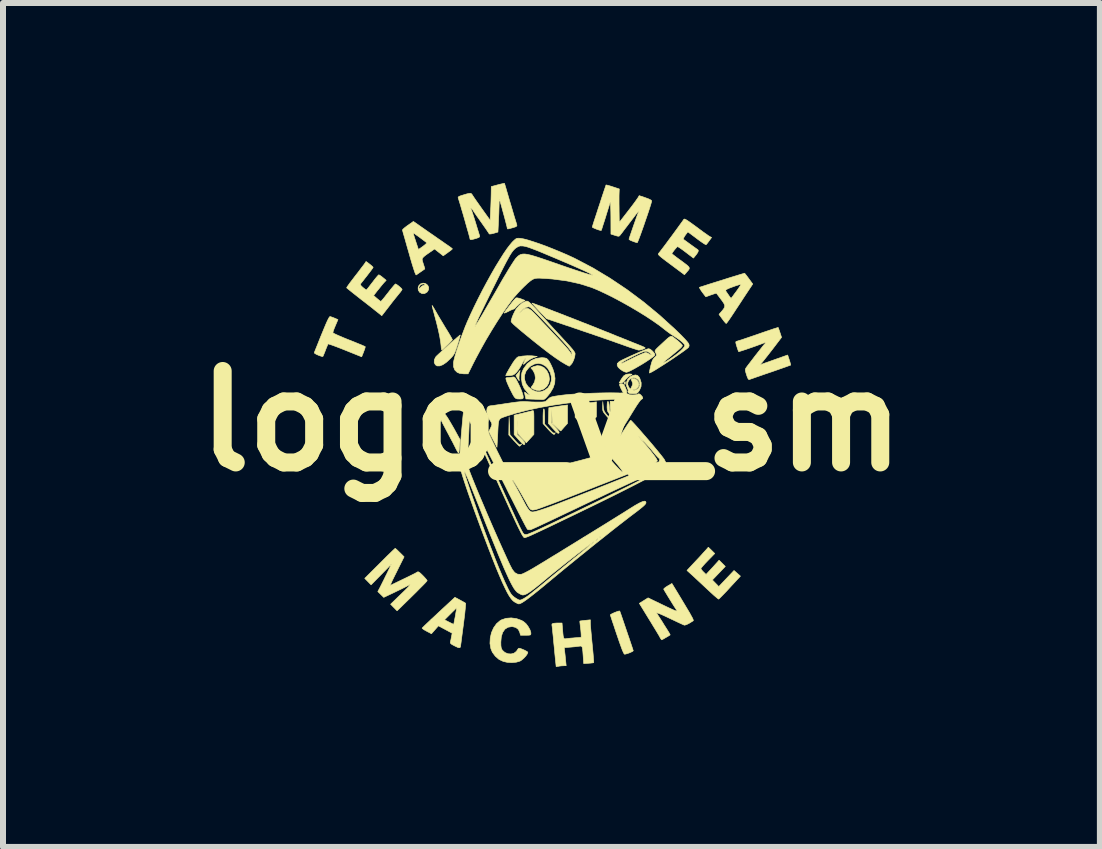
<source format=kicad_pcb>
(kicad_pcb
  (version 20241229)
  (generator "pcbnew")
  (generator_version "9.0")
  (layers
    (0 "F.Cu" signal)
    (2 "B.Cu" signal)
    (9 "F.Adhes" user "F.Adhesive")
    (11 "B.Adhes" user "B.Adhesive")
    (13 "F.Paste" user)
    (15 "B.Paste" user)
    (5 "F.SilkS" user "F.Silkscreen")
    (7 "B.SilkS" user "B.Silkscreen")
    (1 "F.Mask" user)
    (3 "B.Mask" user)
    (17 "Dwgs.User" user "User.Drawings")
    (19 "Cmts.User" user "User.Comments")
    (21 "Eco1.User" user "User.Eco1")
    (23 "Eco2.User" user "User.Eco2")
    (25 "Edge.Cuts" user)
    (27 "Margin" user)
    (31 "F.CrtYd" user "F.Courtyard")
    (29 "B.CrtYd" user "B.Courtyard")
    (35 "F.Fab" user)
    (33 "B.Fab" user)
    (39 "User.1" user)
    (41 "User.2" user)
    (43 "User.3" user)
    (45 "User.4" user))
  (footprint "logo_v_sm"
    (layer "F.Cu")
    (at 6.14 3.967)
    (property "Reference" "logo_v_sm" (at 0 0 0) (layer "F.SilkS") (effects (font (size 1.524 1.524) (thickness 0.3))))
    (attr through_hole)
    (fp_poly (pts (xy 1.232 -0.638) (xy 1.232 -0.638) (xy 1.229 -0.613) (xy 1.219 -0.614) (xy 1.212 -0.623) (xy 1.212 -0.643) (xy 1.218 -0.651) (xy 1.229 -0.656) (xy 1.232 -0.638)) (stroke (width 0.01) (type solid)) (fill yes) (layer "F.SilkS"))
    (fp_poly (pts (xy -0.535 -0.782) (xy -0.54 -0.74) (xy -0.541 -0.707) (xy -0.539 -0.696) (xy -0.535 -0.676) (xy -0.542 -0.677) (xy -0.558 -0.698) (xy -0.569 -0.715) (xy -0.593 -0.758) (xy -0.523 -0.844) (xy -0.535 -0.782)) (stroke (width 0.01) (type solid)) (fill yes) (layer "F.SilkS"))
    (fp_poly (pts (xy 0.406 -0.177) (xy 0.413 -0.068) (xy 0.478 0.005) (xy 0.517 0.045) (xy 0.545 0.067) (xy 0.559 0.069) (xy 0.57 0.068) (xy 0.569 0.077) (xy 0.56 0.092) (xy 0.546 0.092) (xy 0.524 0.077) (xy 0.49 0.044) (xy 0.467 0.018) (xy 0.394 -0.063) (xy 0.396 -0.174) (xy 0.398 -0.286) (xy 0.406 -0.177)) (stroke (width 0.01) (type solid)) (fill yes) (layer "F.SilkS"))
    (fp_poly (pts (xy 1.319 -0.784) (xy 1.339 -0.781) (xy 1.341 -0.776) (xy 1.323 -0.765) (xy 1.308 -0.757) (xy 1.273 -0.732) (xy 1.238 -0.696) (xy 1.229 -0.685) (xy 1.199 -0.65) (xy 1.172 -0.636) (xy 1.161 -0.635) (xy 1.128 -0.635) (xy 1.165 -0.701) (xy 1.202 -0.752) (xy 1.245 -0.779) (xy 1.298 -0.786) (xy 1.319 -0.784)) (stroke (width 0.01) (type solid)) (fill yes) (layer "F.SilkS"))
    (fp_poly (pts (xy 1.189 -0.619) (xy 1.208 -0.603) (xy 1.227 -0.57) (xy 1.229 -0.565) (xy 1.251 -0.511) (xy 1.256 -0.476) (xy 1.244 -0.459) (xy 1.233 -0.457) (xy 1.207 -0.465) (xy 1.197 -0.473) (xy 1.178 -0.503) (xy 1.157 -0.544) (xy 1.14 -0.585) (xy 1.137 -0.594) (xy 1.134 -0.614) (xy 1.147 -0.622) (xy 1.165 -0.622) (xy 1.189 -0.619)) (stroke (width 0.01) (type solid)) (fill yes) (layer "F.SilkS"))
    (fp_poly (pts (xy 1.168 -0.244) (xy 1.167 -0.197) (xy 1.162 -0.166) (xy 1.149 -0.141) (xy 1.127 -0.115) (xy 1.123 -0.111) (xy 1.098 -0.084) (xy 1.08 -0.067) (xy 1.076 -0.064) (xy 1.067 -0.073) (xy 1.046 -0.096) (xy 1.026 -0.12) (xy 0.998 -0.154) (xy 0.984 -0.182) (xy 0.979 -0.216) (xy 0.978 -0.253) (xy 0.978 -0.33) (xy 1.168 -0.33) (xy 1.168 -0.244)) (stroke (width 0.01) (type solid)) (fill yes) (layer "F.SilkS"))
    (fp_poly (pts (xy -0.692 0.227) (xy -0.612 0.317) (xy -0.573 0.359) (xy -0.547 0.384) (xy -0.53 0.395) (xy -0.517 0.395) (xy -0.51 0.391) (xy -0.496 0.381) (xy -0.5 0.388) (xy -0.506 0.397) (xy -0.524 0.415) (xy -0.533 0.419) (xy -0.545 0.41) (xy -0.569 0.386) (xy -0.602 0.351) (xy -0.627 0.325) (xy -0.711 0.231) (xy -0.709 0.08) (xy -0.706 -0.07) (xy -0.692 0.227)) (stroke (width 0.01) (type solid)) (fill yes) (layer "F.SilkS"))
    (fp_poly (pts (xy 0.863 -0.244) (xy 0.869 -0.197) (xy 0.88 -0.162) (xy 0.902 -0.129) (xy 0.925 -0.101) (xy 0.955 -0.069) (xy 0.982 -0.046) (xy 0.998 -0.038) (xy 1.011 -0.032) (xy 1.01 -0.025) (xy 1 -0.015) (xy 0.987 -0.017) (xy 0.967 -0.032) (xy 0.937 -0.064) (xy 0.916 -0.088) (xy 0.884 -0.126) (xy 0.864 -0.154) (xy 0.855 -0.179) (xy 0.853 -0.209) (xy 0.853 -0.243) (xy 0.855 -0.324) (xy 0.863 -0.244)) (stroke (width 0.01) (type solid)) (fill yes) (layer "F.SilkS"))
    (fp_poly (pts (xy -0.121 -0.191) (xy -0.117 -0.157) (xy -0.115 -0.106) (xy -0.114 -0.077) (xy -0.114 0.05) (xy -0.036 0.134) (xy 0.004 0.175) (xy 0.031 0.198) (xy 0.047 0.204) (xy 0.054 0.201) (xy 0.062 0.191) (xy 0.06 0.202) (xy 0.052 0.219) (xy 0.037 0.221) (xy 0.014 0.206) (xy -0.02 0.174) (xy -0.056 0.136) (xy -0.14 0.042) (xy -0.14 -0.081) (xy -0.138 -0.138) (xy -0.135 -0.18) (xy -0.13 -0.201) (xy -0.127 -0.203) (xy -0.121 -0.191)) (stroke (width 0.01) (type solid)) (fill yes) (layer "F.SilkS"))
    (fp_poly (pts (xy 0.943 -0.327) (xy 0.953 -0.311) (xy 0.96 -0.274) (xy 0.963 -0.24) (xy 0.966 -0.194) (xy 0.974 -0.163) (xy 0.99 -0.137) (xy 1.019 -0.105) (xy 1.019 -0.105) (xy 1.051 -0.068) (xy 1.062 -0.045) (xy 1.059 -0.038) (xy 1.044 -0.039) (xy 1.016 -0.062) (xy 0.987 -0.094) (xy 0.956 -0.131) (xy 0.938 -0.159) (xy 0.93 -0.187) (xy 0.927 -0.224) (xy 0.927 -0.248) (xy 0.929 -0.295) (xy 0.933 -0.321) (xy 0.942 -0.327) (xy 0.943 -0.327)) (stroke (width 0.01) (type solid)) (fill yes) (layer "F.SilkS"))
    (fp_poly (pts (xy -0.177 -0.917) (xy -0.123 -0.889) (xy -0.078 -0.842) (xy -0.047 -0.778) (xy -0.044 -0.77) (xy -0.034 -0.699) (xy -0.046 -0.634) (xy -0.078 -0.578) (xy -0.126 -0.536) (xy -0.148 -0.526) (xy -0.201 -0.51) (xy -0.252 -0.514) (xy -0.292 -0.528) (xy -0.326 -0.544) (xy -0.339 -0.556) (xy -0.333 -0.572) (xy -0.313 -0.597) (xy -0.281 -0.654) (xy -0.268 -0.718) (xy -0.277 -0.783) (xy -0.305 -0.841) (xy -0.312 -0.849) (xy -0.343 -0.886) (xy -0.297 -0.908) (xy -0.236 -0.924) (xy -0.177 -0.917)) (stroke (width 0.01) (type solid)) (fill yes) (layer "F.SilkS"))
    (fp_poly (pts (xy -0.568 -2.053) (xy -0.532 -2.045) (xy -0.506 -2.036) (xy -0.441 -2.011) (xy -0.5 -1.977) (xy -0.54 -1.949) (xy -0.575 -1.918) (xy -0.587 -1.904) (xy -0.609 -1.88) (xy -0.627 -1.867) (xy -0.63 -1.867) (xy -0.648 -1.861) (xy -0.682 -1.847) (xy -0.716 -1.829) (xy -0.753 -1.811) (xy -0.778 -1.801) (xy -0.787 -1.8) (xy -0.78 -1.815) (xy -0.76 -1.844) (xy -0.731 -1.883) (xy -0.697 -1.927) (xy -0.663 -1.971) (xy -0.631 -2.01) (xy -0.605 -2.039) (xy -0.59 -2.053) (xy -0.589 -2.053) (xy -0.568 -2.053)) (stroke (width 0.01) (type solid)) (fill yes) (layer "F.SilkS"))
    (fp_poly (pts (xy -0.3 -0.168) (xy -0.296 -0.152) (xy -0.294 -0.122) (xy -0.293 -0.075) (xy -0.293 -0.007) (xy -0.293 0.021) (xy -0.293 0.222) (xy -0.356 0.292) (xy -0.42 0.362) (xy -0.557 0.21) (xy -0.566 -0.019) (xy -0.569 0.102) (xy -0.572 0.224) (xy -0.526 0.267) (xy -0.477 0.318) (xy -0.449 0.355) (xy -0.442 0.381) (xy -0.448 0.391) (xy -0.461 0.392) (xy -0.483 0.377) (xy -0.516 0.344) (xy -0.543 0.314) (xy -0.622 0.225) (xy -0.622 -0.098) (xy -0.479 -0.132) (xy -0.421 -0.147) (xy -0.369 -0.159) (xy -0.332 -0.169) (xy -0.314 -0.173) (xy -0.306 -0.174) (xy -0.3 -0.168)) (stroke (width 0.01) (type solid)) (fill yes) (layer "F.SilkS"))
    (fp_poly (pts (xy 0.267 0.039) (xy 0.213 0.099) (xy 0.185 0.131) (xy 0.164 0.155) (xy 0.156 0.164) (xy 0.145 0.159) (xy 0.122 0.139) (xy 0.09 0.109) (xy 0.083 0.102) (xy 0.014 0.033) (xy 0.009 -0.082) (xy 0.005 -0.197) (xy 0.003 -0.083) (xy 0.000114 0.032) (xy 0.07 0.11) (xy 0.104 0.15) (xy 0.123 0.177) (xy 0.128 0.193) (xy 0.123 0.201) (xy 0.11 0.204) (xy 0.091 0.192) (xy 0.063 0.165) (xy 0.027 0.127) (xy -0.052 0.039) (xy -0.044 -0.222) (xy 0.044 -0.236) (xy 0.102 -0.245) (xy 0.161 -0.254) (xy 0.2 -0.259) (xy 0.267 -0.268) (xy 0.267 0.039)) (stroke (width 0.01) (type solid)) (fill yes) (layer "F.SilkS"))
    (fp_poly (pts (xy -1.824 -0.159) (xy -1.802 -0.145) (xy -1.778 -0.12) (xy -1.749 -0.083) (xy -1.715 -0.03) (xy -1.674 0.04) (xy -1.623 0.128) (xy -1.582 0.203) (xy -1.523 0.311) (xy -1.531 0.422) (xy -1.536 0.472) (xy -1.541 0.51) (xy -1.546 0.531) (xy -1.548 0.533) (xy -1.557 0.523) (xy -1.574 0.495) (xy -1.595 0.455) (xy -1.598 0.448) (xy -1.618 0.409) (xy -1.646 0.353) (xy -1.682 0.286) (xy -1.721 0.212) (xy -1.761 0.137) (xy -1.809 0.046) (xy -1.844 -0.026) (xy -1.868 -0.08) (xy -1.88 -0.118) (xy -1.883 -0.144) (xy -1.875 -0.158) (xy -1.866 -0.162) (xy -1.845 -0.164) (xy -1.824 -0.159)) (stroke (width 0.01) (type solid)) (fill yes) (layer "F.SilkS"))
    (fp_poly (pts (xy -1.522 -1.424) (xy -1.53 -1.393) (xy -1.543 -1.346) (xy -1.56 -1.289) (xy -1.565 -1.273) (xy -1.587 -1.206) (xy -1.604 -1.158) (xy -1.62 -1.122) (xy -1.638 -1.094) (xy -1.661 -1.066) (xy -1.688 -1.038) (xy -1.752 -0.979) (xy -1.811 -0.939) (xy -1.863 -0.919) (xy -1.906 -0.919) (xy -1.935 -0.938) (xy -1.954 -0.976) (xy -1.952 -1.021) (xy -1.931 -1.065) (xy -1.921 -1.078) (xy -1.9 -1.098) (xy -1.866 -1.13) (xy -1.822 -1.17) (xy -1.772 -1.216) (xy -1.718 -1.264) (xy -1.665 -1.311) (xy -1.616 -1.355) (xy -1.573 -1.392) (xy -1.541 -1.419) (xy -1.523 -1.434) (xy -1.52 -1.435) (xy -1.522 -1.424)) (stroke (width 0.01) (type solid)) (fill yes) (layer "F.SilkS"))
    (fp_poly (pts (xy -0.617 -0.731) (xy -0.601 -0.715) (xy -0.582 -0.683) (xy -0.573 -0.666) (xy -0.54 -0.6) (xy -0.511 -0.535) (xy -0.488 -0.475) (xy -0.474 -0.427) (xy -0.47 -0.401) (xy -0.472 -0.382) (xy -0.482 -0.372) (xy -0.507 -0.369) (xy -0.533 -0.368) (xy -0.573 -0.37) (xy -0.597 -0.379) (xy -0.617 -0.399) (xy -0.622 -0.406) (xy -0.642 -0.439) (xy -0.667 -0.487) (xy -0.695 -0.543) (xy -0.721 -0.599) (xy -0.742 -0.649) (xy -0.755 -0.685) (xy -0.756 -0.689) (xy -0.76 -0.714) (xy -0.749 -0.723) (xy -0.735 -0.724) (xy -0.701 -0.726) (xy -0.661 -0.731) (xy -0.659 -0.732) (xy -0.634 -0.735) (xy -0.617 -0.731)) (stroke (width 0.01) (type solid)) (fill yes) (layer "F.SilkS"))
    (fp_poly (pts (xy -2.094 -2.289) (xy -2.062 -2.263) (xy -2.046 -2.227) (xy -2.049 -2.187) (xy -2.073 -2.15) (xy -2.074 -2.149) (xy -2.114 -2.125) (xy -2.157 -2.124) (xy -2.195 -2.145) (xy -2.197 -2.146) (xy -2.22 -2.183) (xy -2.222 -2.219) (xy -2.21 -2.219) (xy -2.208 -2.204) (xy -2.2 -2.208) (xy -2.183 -2.227) (xy -2.158 -2.25) (xy -2.134 -2.261) (xy -2.133 -2.261) (xy -2.113 -2.266) (xy -2.108 -2.273) (xy -2.118 -2.284) (xy -2.141 -2.285) (xy -2.169 -2.276) (xy -2.187 -2.265) (xy -2.205 -2.239) (xy -2.21 -2.219) (xy -2.222 -2.219) (xy -2.222 -2.224) (xy -2.208 -2.261) (xy -2.179 -2.288) (xy -2.139 -2.299) (xy -2.094 -2.289)) (stroke (width 0.01) (type solid)) (fill yes) (layer "F.SilkS"))
    (fp_poly (pts (xy 0.749 -0.195) (xy 0.748 -0.07) (xy 0.697 -0.013) (xy 0.646 0.044) (xy 0.59 -0.019) (xy 0.533 -0.082) (xy 0.533 -0.181) (xy 0.532 -0.23) (xy 0.528 -0.264) (xy 0.522 -0.279) (xy 0.521 -0.279) (xy 0.514 -0.268) (xy 0.51 -0.235) (xy 0.508 -0.188) (xy 0.508 -0.183) (xy 0.508 -0.087) (xy 0.571 -0.016) (xy 0.608 0.029) (xy 0.625 0.059) (xy 0.622 0.074) (xy 0.612 0.076) (xy 0.6 0.067) (xy 0.576 0.044) (xy 0.544 0.01) (xy 0.536 0.001) (xy 0.47 -0.074) (xy 0.47 -0.29) (xy 0.562 -0.298) (xy 0.616 -0.303) (xy 0.667 -0.308) (xy 0.702 -0.313) (xy 0.749 -0.32) (xy 0.749 -0.195)) (stroke (width 0.01) (type solid)) (fill yes) (layer "F.SilkS"))
    (fp_poly (pts (xy -1.982 -1.918) (xy -1.965 -1.891) (xy -1.942 -1.852) (xy -1.927 -1.825) (xy -1.899 -1.776) (xy -1.862 -1.713) (xy -1.819 -1.642) (xy -1.776 -1.57) (xy -1.76 -1.544) (xy -1.723 -1.484) (xy -1.692 -1.432) (xy -1.668 -1.39) (xy -1.654 -1.363) (xy -1.651 -1.355) (xy -1.66 -1.343) (xy -1.682 -1.319) (xy -1.713 -1.287) (xy -1.749 -1.253) (xy -1.783 -1.221) (xy -1.81 -1.197) (xy -1.827 -1.184) (xy -1.827 -1.184) (xy -1.832 -1.194) (xy -1.837 -1.222) (xy -1.839 -1.248) (xy -1.847 -1.318) (xy -1.862 -1.408) (xy -1.885 -1.516) (xy -1.915 -1.639) (xy -1.942 -1.74) (xy -1.959 -1.804) (xy -1.974 -1.859) (xy -1.984 -1.9) (xy -1.989 -1.923) (xy -1.989 -1.927) (xy -1.982 -1.918)) (stroke (width 0.01) (type solid)) (fill yes) (layer "F.SilkS"))
    (fp_poly (pts (xy 1.138 3.166) (xy 1.142 3.178) (xy 1.154 3.21) (xy 1.171 3.259) (xy 1.192 3.321) (xy 1.216 3.392) (xy 1.242 3.468) (xy 1.268 3.545) (xy 1.294 3.62) (xy 1.317 3.689) (xy 1.337 3.748) (xy 1.352 3.793) (xy 1.361 3.821) (xy 1.363 3.827) (xy 1.353 3.837) (xy 1.327 3.85) (xy 1.292 3.865) (xy 1.256 3.877) (xy 1.225 3.885) (xy 1.219 3.885) (xy 1.21 3.878) (xy 1.198 3.855) (xy 1.18 3.815) (xy 1.158 3.755) (xy 1.129 3.674) (xy 1.094 3.571) (xy 1.092 3.566) (xy 1.063 3.48) (xy 1.037 3.401) (xy 1.014 3.334) (xy 0.997 3.281) (xy 0.985 3.245) (xy 0.98 3.23) (xy 0.99 3.221) (xy 1.016 3.207) (xy 1.051 3.191) (xy 1.088 3.177) (xy 1.119 3.167) (xy 1.137 3.165) (xy 1.138 3.166)) (stroke (width 0.01) (type solid)) (fill yes) (layer "F.SilkS"))
    (fp_poly (pts (xy -0.329 -1.088) (xy -0.309 -1.086) (xy -0.237 -1.077) (xy -0.304 -1.055) (xy -0.361 -1.027) (xy -0.414 -0.989) (xy -0.42 -0.983) (xy -0.451 -0.954) (xy -0.466 -0.944) (xy -0.466 -0.954) (xy -0.455 -0.985) (xy -0.45 -0.997) (xy -0.436 -1.032) (xy -0.434 -1.046) (xy -0.441 -1.04) (xy -0.457 -1.014) (xy -0.481 -0.97) (xy -0.487 -0.959) (xy -0.517 -0.906) (xy -0.549 -0.856) (xy -0.579 -0.817) (xy -0.582 -0.814) (xy -0.614 -0.783) (xy -0.643 -0.767) (xy -0.682 -0.76) (xy -0.695 -0.758) (xy -0.733 -0.756) (xy -0.757 -0.757) (xy -0.762 -0.758) (xy -0.756 -0.775) (xy -0.739 -0.809) (xy -0.714 -0.854) (xy -0.683 -0.906) (xy -0.651 -0.958) (xy -0.646 -0.967) (xy -0.609 -1.02) (xy -0.578 -1.055) (xy -0.555 -1.071) (xy -0.555 -1.071) (xy -0.483 -1.083) (xy -0.403 -1.089) (xy -0.329 -1.088)) (stroke (width 0.01) (type solid)) (fill yes) (layer "F.SilkS"))
    (fp_poly (pts (xy -0.311 -1.963) (xy -0.277 -1.951) (xy -0.224 -1.931) (xy -0.153 -1.905) (xy -0.068 -1.872) (xy 0.03 -1.834) (xy 0.14 -1.792) (xy 0.257 -1.746) (xy 0.382 -1.698) (xy 0.51 -1.647) (xy 0.641 -1.596) (xy 0.771 -1.544) (xy 0.9 -1.492) (xy 0.972 -1.464) (xy 1.081 -1.419) (xy 1.185 -1.378) (xy 1.279 -1.34) (xy 1.363 -1.306) (xy 1.432 -1.279) (xy 1.484 -1.258) (xy 1.517 -1.244) (xy 1.527 -1.24) (xy 1.552 -1.228) (xy 1.562 -1.219) (xy 1.551 -1.21) (xy 1.525 -1.198) (xy 1.492 -1.188) (xy 1.462 -1.183) (xy 1.453 -1.182) (xy 1.434 -1.187) (xy 1.396 -1.199) (xy 1.341 -1.217) (xy 1.274 -1.24) (xy 1.198 -1.267) (xy 1.168 -1.278) (xy 1.096 -1.303) (xy 1.004 -1.336) (xy 0.897 -1.373) (xy 0.78 -1.414) (xy 0.657 -1.456) (xy 0.533 -1.498) (xy 0.413 -1.539) (xy 0.413 -1.539) (xy -0.083 -1.707) (xy -0.205 -1.834) (xy -0.249 -1.881) (xy -0.285 -1.92) (xy -0.311 -1.949) (xy -0.324 -1.964) (xy -0.324 -1.966) (xy -0.311 -1.963)) (stroke (width 0.01) (type solid)) (fill yes) (layer "F.SilkS"))
    (fp_poly (pts (xy 2.668 2.154) (xy 2.721 2.207) (xy 2.605 2.326) (xy 2.562 2.371) (xy 2.526 2.411) (xy 2.501 2.441) (xy 2.49 2.457) (xy 2.489 2.458) (xy 2.498 2.474) (xy 2.519 2.5) (xy 2.533 2.514) (xy 2.576 2.556) (xy 2.651 2.475) (xy 2.691 2.432) (xy 2.727 2.392) (xy 2.755 2.361) (xy 2.76 2.356) (xy 2.793 2.318) (xy 2.897 2.422) (xy 2.789 2.535) (xy 2.681 2.648) (xy 2.735 2.703) (xy 2.788 2.758) (xy 3.042 2.49) (xy 3.096 2.537) (xy 3.149 2.584) (xy 2.973 2.774) (xy 2.92 2.832) (xy 2.871 2.883) (xy 2.831 2.924) (xy 2.802 2.953) (xy 2.787 2.967) (xy 2.786 2.967) (xy 2.774 2.96) (xy 2.746 2.937) (xy 2.706 2.903) (xy 2.657 2.858) (xy 2.601 2.806) (xy 2.59 2.796) (xy 2.528 2.738) (xy 2.466 2.68) (xy 2.41 2.628) (xy 2.363 2.584) (xy 2.332 2.556) (xy 2.258 2.489) (xy 2.396 2.341) (xy 2.447 2.287) (xy 2.495 2.235) (xy 2.535 2.19) (xy 2.565 2.158) (xy 2.574 2.148) (xy 2.614 2.102) (xy 2.668 2.154)) (stroke (width 0.01) (type solid)) (fill yes) (layer "F.SilkS"))
    (fp_poly (pts (xy -3.689 -1.742) (xy -3.666 -1.735) (xy -3.63 -1.722) (xy -3.614 -1.715) (xy -3.558 -1.691) (xy -3.602 -1.588) (xy -3.622 -1.54) (xy -3.636 -1.501) (xy -3.642 -1.476) (xy -3.642 -1.471) (xy -3.629 -1.463) (xy -3.596 -1.446) (xy -3.547 -1.424) (xy -3.484 -1.397) (xy -3.411 -1.367) (xy -3.374 -1.352) (xy -3.297 -1.322) (xy -3.229 -1.294) (xy -3.172 -1.271) (xy -3.131 -1.253) (xy -3.107 -1.243) (xy -3.104 -1.241) (xy -3.105 -1.227) (xy -3.114 -1.196) (xy -3.13 -1.155) (xy -3.13 -1.153) (xy -3.163 -1.071) (xy -3.439 -1.182) (xy -3.517 -1.213) (xy -3.587 -1.24) (xy -3.646 -1.262) (xy -3.691 -1.277) (xy -3.717 -1.285) (xy -3.723 -1.285) (xy -3.73 -1.27) (xy -3.744 -1.237) (xy -3.762 -1.193) (xy -3.766 -1.181) (xy -3.784 -1.135) (xy -3.799 -1.099) (xy -3.808 -1.079) (xy -3.809 -1.077) (xy -3.824 -1.077) (xy -3.854 -1.086) (xy -3.886 -1.098) (xy -3.923 -1.115) (xy -3.947 -1.13) (xy -3.953 -1.138) (xy -3.948 -1.152) (xy -3.934 -1.187) (xy -3.913 -1.239) (xy -3.887 -1.304) (xy -3.857 -1.38) (xy -3.829 -1.448) (xy -3.789 -1.545) (xy -3.757 -1.621) (xy -3.732 -1.677) (xy -3.713 -1.714) (xy -3.699 -1.736) (xy -3.69 -1.742) (xy -3.689 -1.742)) (stroke (width 0.01) (type solid)) (fill yes) (layer "F.SilkS"))
    (fp_poly (pts (xy -0.582 3.292) (xy -0.499 3.322) (xy -0.466 3.341) (xy -0.423 3.378) (xy -0.386 3.428) (xy -0.357 3.481) (xy -0.343 3.529) (xy -0.343 3.539) (xy -0.345 3.555) (xy -0.353 3.564) (xy -0.375 3.568) (xy -0.415 3.569) (xy -0.43 3.569) (xy -0.516 3.569) (xy -0.528 3.522) (xy -0.552 3.472) (xy -0.595 3.439) (xy -0.652 3.425) (xy -0.663 3.425) (xy -0.726 3.436) (xy -0.776 3.468) (xy -0.813 3.521) (xy -0.836 3.593) (xy -0.844 3.683) (xy -0.844 3.685) (xy -0.843 3.74) (xy -0.838 3.777) (xy -0.827 3.804) (xy -0.818 3.819) (xy -0.777 3.856) (xy -0.727 3.877) (xy -0.674 3.881) (xy -0.624 3.868) (xy -0.585 3.838) (xy -0.574 3.822) (xy -0.557 3.797) (xy -0.544 3.785) (xy -0.543 3.785) (xy -0.52 3.789) (xy -0.486 3.802) (xy -0.449 3.818) (xy -0.417 3.835) (xy -0.397 3.848) (xy -0.394 3.853) (xy -0.403 3.88) (xy -0.427 3.915) (xy -0.461 3.951) (xy -0.498 3.983) (xy -0.525 4) (xy -0.586 4.018) (xy -0.66 4.025) (xy -0.739 4.02) (xy -0.804 4.005) (xy -0.874 3.972) (xy -0.936 3.918) (xy -0.985 3.852) (xy -1.01 3.792) (xy -1.025 3.704) (xy -1.02 3.614) (xy -1 3.526) (xy -0.964 3.445) (xy -0.915 3.376) (xy -0.855 3.325) (xy -0.836 3.314) (xy -0.758 3.287) (xy -0.671 3.28) (xy -0.582 3.292)) (stroke (width 0.01) (type solid)) (fill yes) (layer "F.SilkS"))
    (fp_poly (pts (xy -1.525 2.982) (xy -1.483 3.005) (xy -1.45 3.023) (xy -1.432 3.035) (xy -1.431 3.035) (xy -1.43 3.05) (xy -1.433 3.086) (xy -1.438 3.14) (xy -1.445 3.21) (xy -1.455 3.291) (xy -1.466 3.379) (xy -1.478 3.47) (xy -1.489 3.554) (xy -1.499 3.627) (xy -1.506 3.686) (xy -1.512 3.727) (xy -1.514 3.746) (xy -1.519 3.768) (xy -1.532 3.777) (xy -1.556 3.774) (xy -1.595 3.756) (xy -1.617 3.745) (xy -1.657 3.724) (xy -1.678 3.708) (xy -1.686 3.693) (xy -1.683 3.674) (xy -1.683 3.674) (xy -1.675 3.639) (xy -1.667 3.596) (xy -1.665 3.588) (xy -1.655 3.535) (xy -1.884 3.412) (xy -1.942 3.478) (xy -2 3.544) (xy -2.08 3.502) (xy -2.118 3.481) (xy -2.145 3.462) (xy -2.156 3.451) (xy -2.156 3.451) (xy -2.146 3.44) (xy -2.12 3.414) (xy -2.08 3.376) (xy -2.028 3.327) (xy -2.013 3.312) (xy -1.782 3.312) (xy -1.707 3.35) (xy -1.669 3.369) (xy -1.641 3.382) (xy -1.629 3.386) (xy -1.626 3.373) (xy -1.62 3.341) (xy -1.611 3.294) (xy -1.602 3.248) (xy -1.593 3.193) (xy -1.585 3.148) (xy -1.581 3.12) (xy -1.58 3.111) (xy -1.589 3.12) (xy -1.612 3.143) (xy -1.646 3.176) (xy -1.682 3.212) (xy -1.782 3.312) (xy -2.013 3.312) (xy -1.967 3.27) (xy -1.899 3.206) (xy -1.881 3.189) (xy -1.609 2.937) (xy -1.525 2.982)) (stroke (width 0.01) (type solid)) (fill yes) (layer "F.SilkS"))
    (fp_poly (pts (xy 1.435 -0.76) (xy 1.462 -0.73) (xy 1.474 -0.707) (xy 1.495 -0.639) (xy 1.493 -0.577) (xy 1.468 -0.516) (xy 1.464 -0.511) (xy 1.443 -0.48) (xy 1.425 -0.464) (xy 1.4 -0.458) (xy 1.359 -0.457) (xy 1.357 -0.457) (xy 1.312 -0.459) (xy 1.287 -0.466) (xy 1.278 -0.477) (xy 1.271 -0.501) (xy 1.276 -0.505) (xy 1.283 -0.501) (xy 1.286 -0.505) (xy 1.276 -0.525) (xy 1.27 -0.536) (xy 1.249 -0.592) (xy 1.25 -0.609) (xy 1.27 -0.609) (xy 1.287 -0.567) (xy 1.293 -0.558) (xy 1.316 -0.53) (xy 1.338 -0.576) (xy 1.352 -0.609) (xy 1.353 -0.633) (xy 1.342 -0.66) (xy 1.342 -0.661) (xy 1.33 -0.687) (xy 1.333 -0.699) (xy 1.352 -0.706) (xy 1.354 -0.706) (xy 1.392 -0.705) (xy 1.425 -0.684) (xy 1.449 -0.651) (xy 1.458 -0.611) (xy 1.448 -0.573) (xy 1.419 -0.54) (xy 1.381 -0.525) (xy 1.355 -0.527) (xy 1.337 -0.531) (xy 1.342 -0.525) (xy 1.346 -0.521) (xy 1.377 -0.513) (xy 1.415 -0.522) (xy 1.448 -0.545) (xy 1.451 -0.548) (xy 1.471 -0.589) (xy 1.471 -0.636) (xy 1.453 -0.68) (xy 1.442 -0.693) (xy 1.403 -0.718) (xy 1.362 -0.722) (xy 1.324 -0.71) (xy 1.294 -0.684) (xy 1.274 -0.649) (xy 1.27 -0.609) (xy 1.25 -0.609) (xy 1.251 -0.649) (xy 1.272 -0.7) (xy 1.313 -0.74) (xy 1.352 -0.759) (xy 1.4 -0.769) (xy 1.435 -0.76)) (stroke (width 0.01) (type solid)) (fill yes) (layer "F.SilkS"))
    (fp_poly (pts (xy 1.644 -1.198) (xy 1.673 -1.176) (xy 1.7 -1.148) (xy 1.719 -1.121) (xy 1.724 -1.101) (xy 1.71 -1.084) (xy 1.677 -1.058) (xy 1.631 -1.026) (xy 1.574 -0.988) (xy 1.512 -0.949) (xy 1.447 -0.911) (xy 1.386 -0.876) (xy 1.33 -0.846) (xy 1.286 -0.825) (xy 1.256 -0.814) (xy 1.249 -0.813) (xy 1.224 -0.819) (xy 1.189 -0.835) (xy 1.178 -0.842) (xy 1.143 -0.867) (xy 1.115 -0.893) (xy 1.11 -0.9) (xy 1.095 -0.93) (xy 1.097 -0.956) (xy 1.097 -0.956) (xy 1.158 -0.956) (xy 1.162 -0.954) (xy 1.177 -0.962) (xy 1.211 -0.978) (xy 1.259 -1.002) (xy 1.318 -1.031) (xy 1.36 -1.052) (xy 1.425 -1.083) (xy 1.483 -1.109) (xy 1.53 -1.129) (xy 1.561 -1.141) (xy 1.571 -1.143) (xy 1.599 -1.135) (xy 1.63 -1.117) (xy 1.63 -1.117) (xy 1.652 -1.102) (xy 1.663 -1.102) (xy 1.664 -1.103) (xy 1.655 -1.119) (xy 1.632 -1.14) (xy 1.629 -1.143) (xy 1.592 -1.163) (xy 1.556 -1.163) (xy 1.527 -1.154) (xy 1.483 -1.136) (xy 1.428 -1.111) (xy 1.368 -1.082) (xy 1.308 -1.052) (xy 1.253 -1.024) (xy 1.207 -0.998) (xy 1.177 -0.979) (xy 1.168 -0.972) (xy 1.158 -0.956) (xy 1.097 -0.956) (xy 1.118 -0.982) (xy 1.16 -1.009) (xy 1.209 -1.033) (xy 1.327 -1.088) (xy 1.427 -1.132) (xy 1.508 -1.167) (xy 1.568 -1.191) (xy 1.607 -1.204) (xy 1.621 -1.206) (xy 1.644 -1.198)) (stroke (width 0.01) (type solid)) (fill yes) (layer "F.SilkS"))
    (fp_poly (pts (xy -2.593 2.129) (xy -2.568 2.151) (xy -2.536 2.183) (xy -2.527 2.191) (xy -2.456 2.262) (xy -2.546 2.442) (xy -2.579 2.509) (xy -2.611 2.573) (xy -2.638 2.628) (xy -2.658 2.669) (xy -2.663 2.682) (xy -2.691 2.741) (xy -2.48 2.639) (xy -2.411 2.606) (xy -2.348 2.575) (xy -2.296 2.549) (xy -2.26 2.53) (xy -2.243 2.52) (xy -2.228 2.512) (xy -2.214 2.514) (xy -2.195 2.526) (xy -2.165 2.553) (xy -2.143 2.575) (xy -2.11 2.61) (xy -2.085 2.639) (xy -2.072 2.658) (xy -2.072 2.66) (xy -2.081 2.672) (xy -2.106 2.7) (xy -2.145 2.74) (xy -2.195 2.79) (xy -2.253 2.849) (xy -2.318 2.913) (xy -2.323 2.918) (xy -2.573 3.162) (xy -2.681 3.052) (xy -2.499 2.876) (xy -2.438 2.817) (xy -2.395 2.774) (xy -2.368 2.745) (xy -2.356 2.729) (xy -2.358 2.725) (xy -2.372 2.732) (xy -2.375 2.733) (xy -2.407 2.75) (xy -2.456 2.775) (xy -2.516 2.805) (xy -2.583 2.837) (xy -2.613 2.852) (xy -2.795 2.938) (xy -2.844 2.89) (xy -2.894 2.841) (xy -2.863 2.783) (xy -2.846 2.75) (xy -2.821 2.7) (xy -2.791 2.64) (xy -2.759 2.574) (xy -2.748 2.553) (xy -2.665 2.381) (xy -2.835 2.555) (xy -3.006 2.729) (xy -3.059 2.675) (xy -3.112 2.621) (xy -2.861 2.371) (xy -2.796 2.306) (xy -2.737 2.247) (xy -2.685 2.197) (xy -2.645 2.158) (xy -2.617 2.132) (xy -2.605 2.121) (xy -2.604 2.121) (xy -2.593 2.129)) (stroke (width 0.01) (type solid)) (fill yes) (layer "F.SilkS"))
    (fp_poly (pts (xy -2.042 -3.146) (xy -1.966 -3.094) (xy -1.894 -3.043) (xy -1.828 -2.998) (xy -1.774 -2.96) (xy -1.733 -2.932) (xy -1.717 -2.921) (xy -1.683 -2.897) (xy -1.659 -2.878) (xy -1.651 -2.87) (xy -1.661 -2.859) (xy -1.686 -2.839) (xy -1.722 -2.813) (xy -1.728 -2.808) (xy -1.804 -2.754) (xy -1.948 -2.868) (xy -2.042 -2.803) (xy -2.095 -2.766) (xy -2.129 -2.738) (xy -2.149 -2.716) (xy -2.155 -2.694) (xy -2.151 -2.667) (xy -2.139 -2.631) (xy -2.136 -2.62) (xy -2.122 -2.578) (xy -2.113 -2.548) (xy -2.111 -2.535) (xy -2.111 -2.535) (xy -2.122 -2.527) (xy -2.149 -2.508) (xy -2.178 -2.488) (xy -2.214 -2.463) (xy -2.243 -2.443) (xy -2.255 -2.435) (xy -2.263 -2.445) (xy -2.277 -2.478) (xy -2.296 -2.535) (xy -2.321 -2.614) (xy -2.351 -2.716) (xy -2.374 -2.798) (xy -2.401 -2.891) (xy -2.425 -2.976) (xy -2.446 -3.051) (xy -2.464 -3.112) (xy -2.471 -3.137) (xy -2.303 -3.137) (xy -2.302 -3.126) (xy -2.294 -3.095) (xy -2.28 -3.05) (xy -2.263 -2.998) (xy -2.217 -2.859) (xy -2.143 -2.911) (xy -2.109 -2.938) (xy -2.086 -2.959) (xy -2.079 -2.971) (xy -2.079 -2.972) (xy -2.099 -2.988) (xy -2.131 -3.012) (xy -2.171 -3.042) (xy -2.212 -3.073) (xy -2.252 -3.101) (xy -2.283 -3.124) (xy -2.301 -3.136) (xy -2.303 -3.137) (xy -2.471 -3.137) (xy -2.476 -3.156) (xy -2.483 -3.179) (xy -2.484 -3.182) (xy -2.477 -3.195) (xy -2.453 -3.217) (xy -2.416 -3.246) (xy -2.395 -3.261) (xy -2.301 -3.327) (xy -2.042 -3.146)) (stroke (width 0.01) (type solid)) (fill yes) (layer "F.SilkS"))
    (fp_poly (pts (xy -0.157 -1.057) (xy -0.117 -1.053) (xy -0.085 -1.046) (xy -0.08 -1.043) (xy -0.057 -1.021) (xy -0.03 -0.981) (xy -0.003 -0.928) (xy 0.023 -0.869) (xy 0.042 -0.808) (xy 0.045 -0.8) (xy 0.059 -0.713) (xy 0.054 -0.631) (xy 0.027 -0.552) (xy -0.021 -0.471) (xy -0.065 -0.416) (xy -0.096 -0.382) (xy -0.119 -0.364) (xy -0.142 -0.358) (xy -0.163 -0.358) (xy -0.198 -0.36) (xy -0.248 -0.362) (xy -0.305 -0.365) (xy -0.318 -0.365) (xy -0.426 -0.369) (xy -0.439 -0.426) (xy -0.446 -0.459) (xy -0.448 -0.48) (xy -0.447 -0.483) (xy -0.435 -0.476) (xy -0.412 -0.459) (xy -0.41 -0.457) (xy -0.379 -0.436) (xy -0.366 -0.433) (xy -0.372 -0.446) (xy -0.397 -0.473) (xy -0.453 -0.54) (xy -0.487 -0.615) (xy -0.499 -0.697) (xy -0.449 -0.697) (xy -0.429 -0.632) (xy -0.388 -0.573) (xy -0.327 -0.524) (xy -0.301 -0.509) (xy -0.239 -0.487) (xy -0.181 -0.487) (xy -0.12 -0.509) (xy -0.113 -0.512) (xy -0.058 -0.554) (xy -0.021 -0.61) (xy -0.002 -0.674) (xy -0.002 -0.743) (xy -0.021 -0.811) (xy -0.059 -0.875) (xy -0.093 -0.911) (xy -0.153 -0.948) (xy -0.217 -0.962) (xy -0.283 -0.951) (xy -0.347 -0.917) (xy -0.377 -0.891) (xy -0.424 -0.831) (xy -0.448 -0.765) (xy -0.449 -0.697) (xy -0.499 -0.697) (xy -0.5 -0.702) (xy -0.501 -0.718) (xy -0.499 -0.771) (xy -0.492 -0.812) (xy -0.476 -0.85) (xy -0.462 -0.877) (xy -0.406 -0.953) (xy -0.335 -1.01) (xy -0.253 -1.045) (xy -0.161 -1.057) (xy -0.157 -1.057)) (stroke (width 0.01) (type solid)) (fill yes) (layer "F.SilkS"))
    (fp_poly (pts (xy 2.024 2.734) (xy 2.102 2.862) (xy 2.167 2.97) (xy 2.221 3.06) (xy 2.265 3.134) (xy 2.3 3.192) (xy 2.325 3.238) (xy 2.344 3.272) (xy 2.356 3.296) (xy 2.362 3.313) (xy 2.364 3.323) (xy 2.362 3.328) (xy 2.36 3.329) (xy 2.3 3.367) (xy 2.253 3.391) (xy 2.221 3.401) (xy 2.213 3.4) (xy 2.195 3.393) (xy 2.158 3.376) (xy 2.106 3.352) (xy 2.043 3.322) (xy 1.973 3.289) (xy 1.965 3.285) (xy 1.889 3.249) (xy 1.827 3.221) (xy 1.783 3.203) (xy 1.758 3.195) (xy 1.752 3.198) (xy 1.763 3.216) (xy 1.785 3.251) (xy 1.816 3.299) (xy 1.852 3.355) (xy 1.873 3.39) (xy 1.91 3.448) (xy 1.941 3.497) (xy 1.964 3.535) (xy 1.976 3.558) (xy 1.978 3.563) (xy 1.962 3.574) (xy 1.934 3.591) (xy 1.899 3.611) (xy 1.867 3.63) (xy 1.844 3.642) (xy 1.837 3.645) (xy 1.827 3.635) (xy 1.811 3.61) (xy 1.808 3.604) (xy 1.796 3.581) (xy 1.772 3.541) (xy 1.739 3.486) (xy 1.699 3.421) (xy 1.655 3.348) (xy 1.625 3.3) (xy 1.464 3.037) (xy 1.537 2.992) (xy 1.61 2.946) (xy 1.861 3.067) (xy 1.945 3.107) (xy 2.009 3.137) (xy 2.053 3.156) (xy 2.081 3.165) (xy 2.093 3.166) (xy 2.091 3.159) (xy 2.073 3.131) (xy 2.046 3.09) (xy 2.014 3.039) (xy 1.98 2.984) (xy 1.946 2.929) (xy 1.916 2.879) (xy 1.891 2.838) (xy 1.875 2.81) (xy 1.87 2.8) (xy 1.879 2.788) (xy 1.904 2.768) (xy 1.937 2.747) (xy 2.007 2.706) (xy 2.024 2.734)) (stroke (width 0.01) (type solid)) (fill yes) (layer "F.SilkS"))
    (fp_poly (pts (xy 3.227 -2.454) (xy 3.247 -2.429) (xy 3.275 -2.392) (xy 3.288 -2.374) (xy 3.354 -2.284) (xy 3.243 -2.117) (xy 3.193 -2.041) (xy 3.137 -1.955) (xy 3.08 -1.869) (xy 3.031 -1.794) (xy 3.027 -1.788) (xy 2.989 -1.731) (xy 2.957 -1.684) (xy 2.931 -1.648) (xy 2.915 -1.629) (xy 2.911 -1.626) (xy 2.9 -1.636) (xy 2.878 -1.661) (xy 2.851 -1.697) (xy 2.847 -1.702) (xy 2.792 -1.778) (xy 2.832 -1.824) (xy 2.865 -1.864) (xy 2.884 -1.895) (xy 2.888 -1.923) (xy 2.877 -1.954) (xy 2.85 -1.996) (xy 2.826 -2.028) (xy 2.794 -2.071) (xy 2.768 -2.105) (xy 2.753 -2.126) (xy 2.749 -2.131) (xy 2.737 -2.129) (xy 2.707 -2.119) (xy 2.666 -2.105) (xy 2.659 -2.103) (xy 2.572 -2.071) (xy 2.55 -2.099) (xy 2.515 -2.145) (xy 2.494 -2.175) (xy 2.901 -2.175) (xy 2.91 -2.16) (xy 2.929 -2.132) (xy 2.951 -2.1) (xy 2.972 -2.07) (xy 2.988 -2.05) (xy 2.993 -2.045) (xy 3.001 -2.055) (xy 3.021 -2.08) (xy 3.049 -2.119) (xy 3.08 -2.16) (xy 3.113 -2.206) (xy 3.139 -2.245) (xy 3.156 -2.271) (xy 3.16 -2.28) (xy 3.147 -2.278) (xy 3.115 -2.268) (xy 3.069 -2.254) (xy 3.025 -2.238) (xy 2.96 -2.214) (xy 2.92 -2.195) (xy 2.902 -2.18) (xy 2.901 -2.175) (xy 2.494 -2.175) (xy 2.488 -2.184) (xy 2.47 -2.214) (xy 2.465 -2.228) (xy 2.466 -2.229) (xy 2.478 -2.233) (xy 2.512 -2.244) (xy 2.562 -2.26) (xy 2.626 -2.281) (xy 2.7 -2.304) (xy 2.78 -2.329) (xy 2.863 -2.355) (xy 2.944 -2.381) (xy 3.022 -2.405) (xy 3.091 -2.426) (xy 3.149 -2.444) (xy 3.191 -2.456) (xy 3.215 -2.463) (xy 3.218 -2.464) (xy 3.227 -2.454)) (stroke (width 0.01) (type solid)) (fill yes) (layer "F.SilkS"))
    (fp_poly (pts (xy 0.648 3.367) (xy 0.649 3.396) (xy 0.653 3.445) (xy 0.659 3.511) (xy 0.666 3.589) (xy 0.674 3.674) (xy 0.679 3.721) (xy 0.687 3.805) (xy 0.694 3.881) (xy 0.699 3.944) (xy 0.703 3.991) (xy 0.704 4.019) (xy 0.703 4.025) (xy 0.689 4.029) (xy 0.656 4.033) (xy 0.617 4.036) (xy 0.537 4.041) (xy 0.528 3.912) (xy 0.523 3.844) (xy 0.518 3.797) (xy 0.512 3.768) (xy 0.502 3.753) (xy 0.488 3.749) (xy 0.468 3.751) (xy 0.465 3.751) (xy 0.434 3.755) (xy 0.386 3.761) (xy 0.331 3.766) (xy 0.319 3.767) (xy 0.213 3.775) (xy 0.22 3.84) (xy 0.226 3.889) (xy 0.232 3.948) (xy 0.236 3.991) (xy 0.245 4.077) (xy 0.208 4.077) (xy 0.169 4.079) (xy 0.126 4.084) (xy 0.125 4.085) (xy 0.078 4.092) (xy 0.071 4.024) (xy 0.067 3.991) (xy 0.062 3.937) (xy 0.055 3.868) (xy 0.048 3.789) (xy 0.039 3.704) (xy 0.037 3.683) (xy 0.03 3.602) (xy 0.022 3.529) (xy 0.016 3.468) (xy 0.011 3.423) (xy 0.007 3.398) (xy 0.007 3.395) (xy 0.01 3.38) (xy 0.035 3.37) (xy 0.081 3.366) (xy 0.108 3.365) (xy 0.176 3.365) (xy 0.184 3.464) (xy 0.19 3.533) (xy 0.195 3.58) (xy 0.202 3.609) (xy 0.21 3.624) (xy 0.222 3.629) (xy 0.239 3.627) (xy 0.239 3.627) (xy 0.267 3.623) (xy 0.312 3.618) (xy 0.366 3.614) (xy 0.384 3.612) (xy 0.495 3.604) (xy 0.495 3.564) (xy 0.493 3.531) (xy 0.489 3.484) (xy 0.482 3.431) (xy 0.482 3.43) (xy 0.477 3.384) (xy 0.473 3.35) (xy 0.473 3.333) (xy 0.473 3.333) (xy 0.486 3.33) (xy 0.518 3.326) (xy 0.561 3.321) (xy 0.562 3.321) (xy 0.648 3.312) (xy 0.648 3.367)) (stroke (width 0.01) (type solid)) (fill yes) (layer "F.SilkS"))
    (fp_poly (pts (xy 2.222 -3.366) (xy 2.241 -3.357) (xy 2.27 -3.339) (xy 2.312 -3.31) (xy 2.37 -3.268) (xy 2.414 -3.236) (xy 2.477 -3.189) (xy 2.534 -3.147) (xy 2.583 -3.113) (xy 2.619 -3.087) (xy 2.639 -3.075) (xy 2.639 -3.075) (xy 2.668 -3.059) (xy 2.626 -3.002) (xy 2.602 -2.969) (xy 2.583 -2.946) (xy 2.576 -2.939) (xy 2.563 -2.944) (xy 2.533 -2.962) (xy 2.492 -2.99) (xy 2.442 -3.026) (xy 2.42 -3.043) (xy 2.273 -3.153) (xy 2.249 -3.123) (xy 2.224 -3.089) (xy 2.206 -3.058) (xy 2.197 -3.036) (xy 2.198 -3.031) (xy 2.215 -3.017) (xy 2.247 -2.994) (xy 2.288 -2.964) (xy 2.332 -2.932) (xy 2.375 -2.901) (xy 2.41 -2.876) (xy 2.432 -2.861) (xy 2.436 -2.859) (xy 2.447 -2.845) (xy 2.443 -2.821) (xy 2.422 -2.786) (xy 2.395 -2.752) (xy 2.366 -2.716) (xy 2.24 -2.812) (xy 2.191 -2.849) (xy 2.149 -2.879) (xy 2.118 -2.899) (xy 2.102 -2.908) (xy 2.102 -2.908) (xy 2.089 -2.898) (xy 2.068 -2.875) (xy 2.044 -2.846) (xy 2.022 -2.816) (xy 2.008 -2.795) (xy 2.007 -2.79) (xy 2.016 -2.781) (xy 2.043 -2.76) (xy 2.083 -2.729) (xy 2.133 -2.692) (xy 2.159 -2.674) (xy 2.219 -2.629) (xy 2.261 -2.597) (xy 2.287 -2.572) (xy 2.297 -2.552) (xy 2.294 -2.533) (xy 2.279 -2.511) (xy 2.254 -2.483) (xy 2.252 -2.48) (xy 2.216 -2.439) (xy 1.991 -2.607) (xy 1.918 -2.661) (xy 1.863 -2.703) (xy 1.824 -2.734) (xy 1.799 -2.756) (xy 1.785 -2.771) (xy 1.78 -2.782) (xy 1.783 -2.791) (xy 1.79 -2.799) (xy 1.79 -2.8) (xy 1.804 -2.817) (xy 1.829 -2.85) (xy 1.865 -2.897) (xy 1.908 -2.954) (xy 1.955 -3.018) (xy 2.005 -3.085) (xy 2.054 -3.152) (xy 2.1 -3.215) (xy 2.141 -3.272) (xy 2.174 -3.317) (xy 2.196 -3.348) (xy 2.204 -3.36) (xy 2.211 -3.366) (xy 2.222 -3.366)) (stroke (width 0.01) (type solid)) (fill yes) (layer "F.SilkS"))
    (fp_poly (pts (xy 3.783 -1.547) (xy 3.794 -1.516) (xy 3.808 -1.475) (xy 3.834 -1.395) (xy 3.687 -1.202) (xy 3.638 -1.139) (xy 3.593 -1.081) (xy 3.553 -1.031) (xy 3.523 -0.993) (xy 3.506 -0.973) (xy 3.487 -0.95) (xy 3.485 -0.942) (xy 3.498 -0.945) (xy 3.499 -0.945) (xy 3.519 -0.953) (xy 3.558 -0.967) (xy 3.613 -0.986) (xy 3.677 -1.009) (xy 3.73 -1.028) (xy 3.936 -1.101) (xy 3.963 -1.02) (xy 3.976 -0.978) (xy 3.984 -0.947) (xy 3.986 -0.933) (xy 3.986 -0.933) (xy 3.973 -0.928) (xy 3.939 -0.916) (xy 3.887 -0.897) (xy 3.821 -0.874) (xy 3.744 -0.847) (xy 3.658 -0.817) (xy 3.651 -0.815) (xy 3.563 -0.785) (xy 3.483 -0.757) (xy 3.413 -0.733) (xy 3.357 -0.713) (xy 3.319 -0.7) (xy 3.3 -0.693) (xy 3.3 -0.693) (xy 3.287 -0.693) (xy 3.276 -0.706) (xy 3.262 -0.738) (xy 3.251 -0.77) (xy 3.236 -0.819) (xy 3.23 -0.851) (xy 3.234 -0.872) (xy 3.237 -0.878) (xy 3.251 -0.899) (xy 3.278 -0.935) (xy 3.315 -0.983) (xy 3.357 -1.038) (xy 3.402 -1.097) (xy 3.447 -1.154) (xy 3.489 -1.207) (xy 3.523 -1.25) (xy 3.548 -1.28) (xy 3.555 -1.288) (xy 3.573 -1.31) (xy 3.575 -1.316) (xy 3.562 -1.311) (xy 3.54 -1.302) (xy 3.501 -1.287) (xy 3.449 -1.268) (xy 3.389 -1.246) (xy 3.326 -1.224) (xy 3.264 -1.203) (xy 3.208 -1.184) (xy 3.162 -1.169) (xy 3.131 -1.16) (xy 3.119 -1.157) (xy 3.113 -1.171) (xy 3.102 -1.202) (xy 3.089 -1.242) (xy 3.075 -1.289) (xy 3.071 -1.316) (xy 3.077 -1.327) (xy 3.077 -1.327) (xy 3.098 -1.333) (xy 3.132 -1.344) (xy 3.143 -1.347) (xy 3.17 -1.355) (xy 3.216 -1.371) (xy 3.278 -1.392) (xy 3.351 -1.417) (xy 3.433 -1.445) (xy 3.484 -1.463) (xy 3.565 -1.491) (xy 3.637 -1.515) (xy 3.698 -1.536) (xy 3.744 -1.55) (xy 3.771 -1.559) (xy 3.778 -1.56) (xy 3.783 -1.547)) (stroke (width 0.01) (type solid)) (fill yes) (layer "F.SilkS"))
    (fp_poly (pts (xy -3.031 -2.616) (xy -2.999 -2.59) (xy -2.978 -2.57) (xy -2.972 -2.562) (xy -2.979 -2.549) (xy -3 -2.52) (xy -3.03 -2.48) (xy -3.067 -2.432) (xy -3.069 -2.429) (xy -3.108 -2.38) (xy -3.141 -2.337) (xy -3.167 -2.305) (xy -3.18 -2.288) (xy -3.18 -2.288) (xy -3.183 -2.273) (xy -3.171 -2.253) (xy -3.143 -2.227) (xy -3.113 -2.203) (xy -3.092 -2.188) (xy -3.086 -2.185) (xy -3.076 -2.194) (xy -3.054 -2.22) (xy -3.024 -2.259) (xy -2.988 -2.306) (xy -2.984 -2.311) (xy -2.947 -2.359) (xy -2.915 -2.399) (xy -2.891 -2.426) (xy -2.878 -2.438) (xy -2.878 -2.438) (xy -2.863 -2.431) (xy -2.835 -2.412) (xy -2.81 -2.392) (xy -2.754 -2.346) (xy -2.791 -2.307) (xy -2.816 -2.278) (xy -2.85 -2.236) (xy -2.887 -2.19) (xy -2.896 -2.18) (xy -2.964 -2.092) (xy -2.908 -2.043) (xy -2.876 -2.017) (xy -2.852 -1.999) (xy -2.843 -1.994) (xy -2.833 -2.004) (xy -2.81 -2.03) (xy -2.778 -2.069) (xy -2.74 -2.118) (xy -2.722 -2.14) (xy -2.682 -2.192) (xy -2.646 -2.235) (xy -2.619 -2.267) (xy -2.602 -2.284) (xy -2.6 -2.286) (xy -2.583 -2.278) (xy -2.556 -2.259) (xy -2.527 -2.235) (xy -2.502 -2.212) (xy -2.49 -2.196) (xy -2.489 -2.194) (xy -2.497 -2.179) (xy -2.517 -2.151) (xy -2.545 -2.117) (xy -2.573 -2.082) (xy -2.613 -2.033) (xy -2.658 -1.976) (xy -2.704 -1.916) (xy -2.714 -1.903) (xy -2.828 -1.756) (xy -2.878 -1.797) (xy -2.902 -1.816) (xy -2.943 -1.848) (xy -2.996 -1.891) (xy -3.059 -1.94) (xy -3.128 -1.994) (xy -3.169 -2.025) (xy -3.236 -2.078) (xy -3.297 -2.126) (xy -3.347 -2.166) (xy -3.385 -2.197) (xy -3.408 -2.216) (xy -3.413 -2.221) (xy -3.407 -2.234) (xy -3.387 -2.263) (xy -3.357 -2.305) (xy -3.317 -2.357) (xy -3.274 -2.414) (xy -3.226 -2.475) (xy -3.184 -2.531) (xy -3.148 -2.578) (xy -3.122 -2.612) (xy -3.11 -2.629) (xy -3.09 -2.66) (xy -3.031 -2.616)) (stroke (width 0.01) (type solid)) (fill yes) (layer "F.SilkS"))
    (fp_poly (pts (xy -0.393 -1.995) (xy -0.375 -1.983) (xy -0.351 -1.962) (xy -0.319 -1.929) (xy -0.275 -1.882) (xy -0.218 -1.82) (xy -0.188 -1.787) (xy -0.116 -1.707) (xy -0.034 -1.617) (xy 0.051 -1.524) (xy 0.133 -1.436) (xy 0.201 -1.362) (xy 0.267 -1.291) (xy 0.316 -1.236) (xy 0.352 -1.194) (xy 0.375 -1.163) (xy 0.389 -1.14) (xy 0.394 -1.123) (xy 0.394 -1.12) (xy 0.387 -1.072) (xy 0.37 -1.018) (xy 0.347 -0.97) (xy 0.325 -0.941) (xy 0.296 -0.914) (xy 0.236 -0.946) (xy 0.162 -0.99) (xy 0.071 -1.051) (xy -0.037 -1.129) (xy -0.162 -1.225) (xy -0.303 -1.337) (xy -0.394 -1.411) (xy -0.478 -1.48) (xy -0.544 -1.535) (xy -0.594 -1.578) (xy -0.63 -1.61) (xy -0.654 -1.634) (xy -0.667 -1.65) (xy -0.673 -1.661) (xy -0.673 -1.663) (xy -0.667 -1.693) (xy -0.652 -1.738) (xy -0.631 -1.788) (xy -0.626 -1.797) (xy -0.54 -1.797) (xy -0.508 -1.824) (xy -0.469 -1.855) (xy -0.437 -1.874) (xy -0.406 -1.879) (xy -0.375 -1.87) (xy -0.338 -1.846) (xy -0.294 -1.804) (xy -0.237 -1.745) (xy -0.223 -1.73) (xy -0.171 -1.674) (xy -0.106 -1.605) (xy -0.034 -1.529) (xy 0.039 -1.451) (xy 0.108 -1.378) (xy 0.116 -1.37) (xy 0.176 -1.306) (xy 0.229 -1.247) (xy 0.273 -1.197) (xy 0.304 -1.157) (xy 0.322 -1.132) (xy 0.324 -1.126) (xy 0.334 -1.098) (xy 0.34 -1.094) (xy 0.342 -1.113) (xy 0.339 -1.136) (xy 0.334 -1.151) (xy 0.323 -1.17) (xy 0.304 -1.196) (xy 0.276 -1.231) (xy 0.237 -1.277) (xy 0.186 -1.334) (xy 0.12 -1.405) (xy 0.04 -1.492) (xy -0.008 -1.542) (xy -0.1 -1.64) (xy -0.176 -1.72) (xy -0.237 -1.783) (xy -0.286 -1.832) (xy -0.323 -1.867) (xy -0.35 -1.89) (xy -0.369 -1.902) (xy -0.378 -1.905) (xy -0.427 -1.894) (xy -0.477 -1.863) (xy -0.508 -1.833) (xy -0.54 -1.797) (xy -0.626 -1.797) (xy -0.607 -1.836) (xy -0.585 -1.873) (xy -0.537 -1.928) (xy -0.482 -1.971) (xy -0.425 -1.997) (xy -0.418 -1.998) (xy -0.406 -1.999) (xy -0.393 -1.995)) (stroke (width 0.01) (type solid)) (fill yes) (layer "F.SilkS"))
    (fp_poly (pts (xy 0.922 -3.933) (xy 0.953 -3.925) (xy 0.997 -3.912) (xy 1.021 -3.904) (xy 1.13 -3.868) (xy 1.127 -3.791) (xy 1.126 -3.751) (xy 1.126 -3.693) (xy 1.126 -3.622) (xy 1.127 -3.546) (xy 1.127 -3.513) (xy 1.13 -3.311) (xy 1.272 -3.494) (xy 1.319 -3.555) (xy 1.363 -3.613) (xy 1.399 -3.662) (xy 1.425 -3.699) (xy 1.438 -3.717) (xy 1.462 -3.757) (xy 1.566 -3.722) (xy 1.62 -3.702) (xy 1.656 -3.684) (xy 1.67 -3.67) (xy 1.67 -3.669) (xy 1.666 -3.65) (xy 1.655 -3.611) (xy 1.638 -3.557) (xy 1.617 -3.492) (xy 1.592 -3.418) (xy 1.565 -3.34) (xy 1.538 -3.26) (xy 1.511 -3.184) (xy 1.486 -3.114) (xy 1.464 -3.055) (xy 1.446 -3.009) (xy 1.434 -2.98) (xy 1.429 -2.973) (xy 1.41 -2.977) (xy 1.377 -2.988) (xy 1.353 -2.997) (xy 1.318 -3.011) (xy 1.296 -3.024) (xy 1.292 -3.031) (xy 1.298 -3.051) (xy 1.311 -3.091) (xy 1.329 -3.143) (xy 1.35 -3.204) (xy 1.372 -3.268) (xy 1.394 -3.33) (xy 1.413 -3.384) (xy 1.428 -3.425) (xy 1.434 -3.442) (xy 1.445 -3.468) (xy 1.452 -3.486) (xy 1.453 -3.494) (xy 1.447 -3.491) (xy 1.432 -3.475) (xy 1.407 -3.444) (xy 1.371 -3.396) (xy 1.321 -3.33) (xy 1.301 -3.304) (xy 1.255 -3.243) (xy 1.213 -3.189) (xy 1.179 -3.143) (xy 1.154 -3.111) (xy 1.143 -3.097) (xy 1.131 -3.084) (xy 1.116 -3.08) (xy 1.093 -3.084) (xy 1.057 -3.095) (xy 0.991 -3.116) (xy 0.99 -3.397) (xy 0.989 -3.479) (xy 0.987 -3.547) (xy 0.985 -3.6) (xy 0.983 -3.634) (xy 0.98 -3.647) (xy 0.978 -3.645) (xy 0.971 -3.623) (xy 0.958 -3.581) (xy 0.94 -3.524) (xy 0.919 -3.457) (xy 0.901 -3.397) (xy 0.879 -3.328) (xy 0.859 -3.267) (xy 0.844 -3.219) (xy 0.834 -3.187) (xy 0.83 -3.177) (xy 0.817 -3.177) (xy 0.788 -3.185) (xy 0.753 -3.197) (xy 0.717 -3.212) (xy 0.69 -3.224) (xy 0.68 -3.233) (xy 0.68 -3.233) (xy 0.684 -3.247) (xy 0.694 -3.281) (xy 0.71 -3.332) (xy 0.731 -3.395) (xy 0.755 -3.468) (xy 0.78 -3.546) (xy 0.807 -3.626) (xy 0.832 -3.705) (xy 0.856 -3.777) (xy 0.877 -3.84) (xy 0.894 -3.89) (xy 0.905 -3.923) (xy 0.91 -3.935) (xy 0.922 -3.933)) (stroke (width 0.01) (type solid)) (fill yes) (layer "F.SilkS"))
    (fp_poly (pts (xy -0.783 -3.961) (xy -0.779 -3.948) (xy -0.769 -3.915) (xy -0.755 -3.868) (xy -0.744 -3.829) (xy -0.727 -3.772) (xy -0.706 -3.698) (xy -0.681 -3.615) (xy -0.656 -3.531) (xy -0.645 -3.493) (xy -0.624 -3.422) (xy -0.605 -3.36) (xy -0.589 -3.309) (xy -0.579 -3.275) (xy -0.576 -3.263) (xy -0.579 -3.25) (xy -0.599 -3.237) (xy -0.639 -3.224) (xy -0.647 -3.222) (xy -0.693 -3.209) (xy -0.72 -3.203) (xy -0.732 -3.203) (xy -0.736 -3.208) (xy -0.737 -3.216) (xy -0.74 -3.232) (xy -0.749 -3.268) (xy -0.762 -3.318) (xy -0.778 -3.38) (xy -0.796 -3.446) (xy -0.815 -3.514) (xy -0.832 -3.578) (xy -0.848 -3.634) (xy -0.861 -3.676) (xy -0.863 -3.683) (xy -0.868 -3.693) (xy -0.871 -3.679) (xy -0.872 -3.641) (xy -0.872 -3.632) (xy -0.873 -3.59) (xy -0.875 -3.529) (xy -0.877 -3.457) (xy -0.881 -3.38) (xy -0.882 -3.35) (xy -0.892 -3.15) (xy -0.963 -3.129) (xy -1.005 -3.119) (xy -1.031 -3.117) (xy -1.038 -3.12) (xy -1.046 -3.134) (xy -1.067 -3.165) (xy -1.097 -3.209) (xy -1.135 -3.263) (xy -1.163 -3.303) (xy -1.206 -3.364) (xy -1.246 -3.42) (xy -1.279 -3.468) (xy -1.302 -3.503) (xy -1.31 -3.515) (xy -1.329 -3.541) (xy -1.342 -3.551) (xy -1.345 -3.544) (xy -1.336 -3.522) (xy -1.329 -3.504) (xy -1.316 -3.467) (xy -1.299 -3.414) (xy -1.279 -3.352) (xy -1.258 -3.284) (xy -1.237 -3.215) (xy -1.217 -3.15) (xy -1.2 -3.095) (xy -1.197 -3.084) (xy -1.199 -3.069) (xy -1.218 -3.057) (xy -1.257 -3.043) (xy -1.258 -3.043) (xy -1.309 -3.029) (xy -1.339 -3.024) (xy -1.355 -3.027) (xy -1.359 -3.04) (xy -1.359 -3.04) (xy -1.362 -3.056) (xy -1.372 -3.092) (xy -1.386 -3.144) (xy -1.405 -3.209) (xy -1.426 -3.283) (xy -1.448 -3.362) (xy -1.471 -3.442) (xy -1.494 -3.519) (xy -1.514 -3.589) (xy -1.532 -3.648) (xy -1.546 -3.693) (xy -1.554 -3.719) (xy -1.555 -3.722) (xy -1.554 -3.733) (xy -1.538 -3.745) (xy -1.503 -3.758) (xy -1.467 -3.769) (xy -1.41 -3.786) (xy -1.372 -3.794) (xy -1.347 -3.795) (xy -1.332 -3.787) (xy -1.321 -3.772) (xy -1.319 -3.769) (xy -1.307 -3.75) (xy -1.283 -3.714) (xy -1.249 -3.665) (xy -1.208 -3.607) (xy -1.163 -3.543) (xy -1.022 -3.346) (xy -1.015 -3.499) (xy -1.011 -3.576) (xy -1.008 -3.66) (xy -1.006 -3.738) (xy -1.005 -3.78) (xy -1.003 -3.908) (xy -0.895 -3.937) (xy -0.847 -3.949) (xy -0.808 -3.958) (xy -0.786 -3.962) (xy -0.783 -3.961)) (stroke (width 0.01) (type solid)) (fill yes) (layer "F.SilkS"))
    (fp_poly (pts (xy 1.057 -0.47) (xy 1.118 -0.469) (xy 1.161 -0.466) (xy 1.183 -0.461) (xy 1.184 -0.461) (xy 1.209 -0.451) (xy 1.251 -0.443) (xy 1.302 -0.438) (xy 1.354 -0.436) (xy 1.399 -0.438) (xy 1.429 -0.444) (xy 1.433 -0.446) (xy 1.454 -0.455) (xy 1.472 -0.449) (xy 1.492 -0.432) (xy 1.518 -0.4) (xy 1.521 -0.377) (xy 1.5 -0.362) (xy 1.499 -0.362) (xy 1.484 -0.349) (xy 1.459 -0.316) (xy 1.424 -0.266) (xy 1.383 -0.201) (xy 1.339 -0.13) (xy 1.275 -0.025) (xy 1.211 0.076) (xy 1.15 0.171) (xy 1.093 0.257) (xy 1.042 0.332) (xy 0.998 0.393) (xy 0.964 0.437) (xy 0.944 0.459) (xy 0.913 0.483) (xy 0.884 0.499) (xy 0.861 0.505) (xy 0.851 0.498) (xy 0.851 0.498) (xy 0.858 0.481) (xy 0.876 0.452) (xy 0.895 0.424) (xy 0.971 0.315) (xy 1.044 0.207) (xy 1.111 0.101) (xy 1.172 -0.00023) (xy 1.224 -0.093) (xy 1.267 -0.175) (xy 1.297 -0.242) (xy 1.315 -0.293) (xy 1.316 -0.301) (xy 1.318 -0.324) (xy 1.312 -0.341) (xy 1.296 -0.354) (xy 1.267 -0.361) (xy 1.221 -0.365) (xy 1.158 -0.366) (xy 1.072 -0.364) (xy 1.023 -0.363) (xy 0.77 -0.349) (xy 0.518 -0.328) (xy 0.27 -0.3) (xy 0.03 -0.266) (xy -0.198 -0.225) (xy -0.411 -0.179) (xy -0.606 -0.128) (xy -0.746 -0.084) (xy -0.793 -0.068) (xy -0.828 -0.055) (xy -0.852 -0.042) (xy -0.869 -0.023) (xy -0.879 0.004) (xy -0.886 0.044) (xy -0.89 0.101) (xy -0.894 0.177) (xy -0.895 0.205) (xy -0.908 0.438) (xy -1.044 0.174) (xy -1.017 0.12) (xy -0.999 0.081) (xy -0.993 0.054) (xy -1 0.027) (xy -1.02 -0.007) (xy -1.031 -0.022) (xy -1.058 -0.073) (xy -1.074 -0.126) (xy -1.079 -0.175) (xy -1.072 -0.216) (xy -1.053 -0.244) (xy -1.025 -0.254) (xy -1.004 -0.256) (xy -0.963 -0.261) (xy -0.905 -0.27) (xy -0.835 -0.28) (xy -0.757 -0.292) (xy -0.749 -0.293) (xy -0.655 -0.307) (xy -0.58 -0.317) (xy -0.521 -0.323) (xy -0.472 -0.326) (xy -0.428 -0.325) (xy -0.4 -0.323) (xy -0.333 -0.319) (xy -0.26 -0.317) (xy -0.2 -0.317) (xy -0.149 -0.318) (xy -0.116 -0.322) (xy -0.094 -0.331) (xy -0.074 -0.348) (xy -0.06 -0.361) (xy -0.043 -0.378) (xy -0.027 -0.39) (xy -0.006 -0.4) (xy 0.024 -0.408) (xy 0.067 -0.416) (xy 0.128 -0.425) (xy 0.173 -0.431) (xy 0.234 -0.438) (xy 0.309 -0.445) (xy 0.396 -0.451) (xy 0.492 -0.456) (xy 0.593 -0.461) (xy 0.695 -0.465) (xy 0.796 -0.468) (xy 0.892 -0.47) (xy 0.98 -0.471) (xy 1.057 -0.47)) (stroke (width 0.01) (type solid)) (fill yes) (layer "F.SilkS"))
    (fp_poly (pts (xy -0.518 -3.045) (xy -0.465 -3.036) (xy -0.392 -3.017) (xy -0.303 -2.989) (xy -0.202 -2.955) (xy -0.092 -2.915) (xy 0.024 -2.869) (xy 0.141 -2.821) (xy 0.258 -2.771) (xy 0.369 -2.72) (xy 0.413 -2.698) (xy 0.694 -2.55) (xy 0.978 -2.379) (xy 1.26 -2.19) (xy 1.536 -1.984) (xy 1.802 -1.764) (xy 2.055 -1.534) (xy 2.162 -1.43) (xy 2.217 -1.373) (xy 2.256 -1.33) (xy 2.281 -1.298) (xy 2.292 -1.274) (xy 2.294 -1.254) (xy 2.287 -1.234) (xy 2.286 -1.232) (xy 2.272 -1.218) (xy 2.24 -1.193) (xy 2.194 -1.159) (xy 2.137 -1.119) (xy 2.071 -1.074) (xy 2.001 -1.026) (xy 1.929 -0.979) (xy 1.858 -0.933) (xy 1.791 -0.891) (xy 1.733 -0.854) (xy 1.685 -0.826) (xy 1.651 -0.808) (xy 1.634 -0.801) (xy 1.632 -0.802) (xy 1.633 -0.816) (xy 1.638 -0.848) (xy 1.648 -0.893) (xy 1.653 -0.915) (xy 1.668 -0.973) (xy 1.683 -1.014) (xy 1.701 -1.042) (xy 1.715 -1.057) (xy 1.741 -1.081) (xy 1.75 -1.099) (xy 1.746 -1.118) (xy 1.735 -1.141) (xy 1.727 -1.156) (xy 1.726 -1.17) (xy 1.733 -1.185) (xy 1.752 -1.207) (xy 1.784 -1.238) (xy 1.826 -1.277) (xy 1.885 -1.332) (xy 1.928 -1.371) (xy 1.959 -1.397) (xy 1.982 -1.41) (xy 2.001 -1.413) (xy 2.018 -1.406) (xy 2.038 -1.392) (xy 2.061 -1.373) (xy 2.102 -1.341) (xy 2.138 -1.309) (xy 2.158 -1.29) (xy 2.178 -1.267) (xy 2.181 -1.253) (xy 2.168 -1.235) (xy 2.164 -1.23) (xy 2.145 -1.212) (xy 2.111 -1.182) (xy 2.066 -1.145) (xy 2.016 -1.104) (xy 2.013 -1.101) (xy 1.955 -1.054) (xy 1.914 -1.021) (xy 1.887 -0.999) (xy 1.873 -0.986) (xy 1.868 -0.98) (xy 1.87 -0.978) (xy 1.876 -0.978) (xy 1.876 -0.978) (xy 1.895 -0.985) (xy 1.93 -1.005) (xy 1.974 -1.034) (xy 2.024 -1.069) (xy 2.074 -1.106) (xy 2.12 -1.143) (xy 2.153 -1.171) (xy 2.187 -1.205) (xy 2.212 -1.235) (xy 2.222 -1.256) (xy 2.223 -1.258) (xy 2.212 -1.282) (xy 2.181 -1.315) (xy 2.133 -1.354) (xy 2.072 -1.396) (xy 2.042 -1.415) (xy 1.989 -1.449) (xy 1.931 -1.491) (xy 1.886 -1.526) (xy 1.799 -1.594) (xy 1.692 -1.669) (xy 1.571 -1.749) (xy 1.438 -1.831) (xy 1.3 -1.912) (xy 1.159 -1.991) (xy 1.02 -2.065) (xy 0.888 -2.13) (xy 0.767 -2.186) (xy 0.667 -2.227) (xy 0.47 -2.289) (xy 0.254 -2.336) (xy 0.021 -2.367) (xy -0.077 -2.375) (xy -0.15 -2.379) (xy -0.202 -2.382) (xy -0.239 -2.381) (xy -0.267 -2.378) (xy -0.289 -2.372) (xy -0.311 -2.362) (xy -0.313 -2.362) (xy -0.348 -2.338) (xy -0.396 -2.299) (xy -0.451 -2.247) (xy -0.511 -2.187) (xy -0.571 -2.122) (xy -0.628 -2.056) (xy -0.662 -2.013) (xy -0.739 -1.908) (xy -0.823 -1.785) (xy -0.912 -1.648) (xy -1.003 -1.501) (xy -1.093 -1.35) (xy -1.178 -1.198) (xy -1.257 -1.051) (xy -1.306 -0.956) (xy -1.39 -0.787) (xy -1.46 -0.787) (xy -1.53 -0.795) (xy -1.571 -0.812) (xy -1.611 -0.851) (xy -1.632 -0.905) (xy -1.633 -0.974) (xy -1.626 -1.013) (xy -1.61 -1.075) (xy -1.586 -1.155) (xy -1.556 -1.247) (xy -1.522 -1.347) (xy -1.485 -1.448) (xy -1.448 -1.545) (xy -1.436 -1.575) (xy -1.276 -1.575) (xy -1.276 -1.575) (xy -1.268 -1.585) (xy -1.25 -1.614) (xy -1.223 -1.657) (xy -1.191 -1.71) (xy -1.171 -1.743) (xy -1.139 -1.797) (xy -1.098 -1.868) (xy -1.049 -1.953) (xy -0.994 -2.047) (xy -0.937 -2.145) (xy -0.88 -2.245) (xy -0.857 -2.286) (xy -0.804 -2.378) (xy -0.752 -2.464) (xy -0.705 -2.543) (xy -0.662 -2.611) (xy -0.627 -2.665) (xy -0.602 -2.702) (xy -0.591 -2.715) (xy -0.565 -2.742) (xy -0.54 -2.762) (xy -0.513 -2.776) (xy -0.481 -2.783) (xy -0.443 -2.784) (xy -0.396 -2.777) (xy -0.336 -2.763) (xy -0.262 -2.741) (xy -0.17 -2.711) (xy -0.058 -2.673) (xy 0.011 -2.649) (xy 0.143 -2.603) (xy 0.264 -2.561) (xy 0.374 -2.524) (xy 0.471 -2.492) (xy 0.551 -2.466) (xy 0.614 -2.447) (xy 0.658 -2.435) (xy 0.68 -2.431) (xy 0.683 -2.431) (xy 0.678 -2.439) (xy 0.654 -2.453) (xy 0.611 -2.475) (xy 0.548 -2.505) (xy 0.463 -2.543) (xy 0.357 -2.59) (xy 0.227 -2.646) (xy 0.222 -2.648) (xy 0.079 -2.709) (xy -0.043 -2.76) (xy -0.145 -2.803) (xy -0.23 -2.838) (xy -0.3 -2.865) (xy -0.356 -2.886) (xy -0.4 -2.901) (xy -0.436 -2.911) (xy -0.463 -2.916) (xy -0.476 -2.918) (xy -0.519 -2.919) (xy -0.55 -2.911) (xy -0.585 -2.89) (xy -0.593 -2.885) (xy -0.611 -2.87) (xy -0.629 -2.852) (xy -0.648 -2.83) (xy -0.669 -2.8) (xy -0.693 -2.762) (xy -0.721 -2.712) (xy -0.755 -2.65) (xy -0.795 -2.573) (xy -0.843 -2.479) (xy -0.899 -2.366) (xy -0.965 -2.233) (xy -0.976 -2.212) (xy -1.051 -2.059) (xy -1.115 -1.928) (xy -1.168 -1.819) (xy -1.211 -1.731) (xy -1.242 -1.662) (xy -1.264 -1.614) (xy -1.275 -1.585) (xy -1.276 -1.575) (xy -1.436 -1.575) (xy -1.412 -1.633) (xy -1.408 -1.644) (xy -1.351 -1.771) (xy -1.288 -1.905) (xy -1.22 -2.043) (xy -1.149 -2.182) (xy -1.076 -2.318) (xy -1.003 -2.45) (xy -0.931 -2.575) (xy -0.861 -2.689) (xy -0.797 -2.791) (xy -0.738 -2.877) (xy -0.686 -2.944) (xy -0.653 -2.983) (xy -0.618 -3.017) (xy -0.593 -3.037) (xy -0.572 -3.046) (xy -0.545 -3.047) (xy -0.518 -3.045)) (stroke (width 0.01) (type solid)) (fill yes) (layer "F.SilkS"))
    (fp_poly (pts (xy -1.349 -0.291) (xy -1.328 -0.287) (xy -1.308 -0.277) (xy -1.288 -0.261) (xy -1.267 -0.235) (xy -1.243 -0.197) (xy -1.214 -0.147) (xy -1.181 -0.081) (xy -1.14 0.002) (xy -1.092 0.104) (xy -1.036 0.222) (xy -0.991 0.318) (xy -0.944 0.416) (xy -0.898 0.513) (xy -0.854 0.601) (xy -0.817 0.676) (xy -0.796 0.718) (xy -0.705 0.895) (xy -0.622 0.892) (xy -0.56 0.887) (xy -0.473 0.874) (xy -0.364 0.854) (xy -0.231 0.827) (xy -0.076 0.792) (xy 0.006 0.773) (xy 0.096 0.752) (xy 0.193 0.728) (xy 0.294 0.703) (xy 0.397 0.677) (xy 0.498 0.651) (xy 0.594 0.625) (xy 0.681 0.602) (xy 0.758 0.581) (xy 0.819 0.563) (xy 0.863 0.55) (xy 0.886 0.541) (xy 0.888 0.54) (xy 0.901 0.546) (xy 0.923 0.568) (xy 0.949 0.6) (xy 0.982 0.642) (xy 1.022 0.688) (xy 1.063 0.735) (xy 1.104 0.779) (xy 1.14 0.815) (xy 1.168 0.841) (xy 1.183 0.851) (xy 1.183 0.851) (xy 1.185 0.842) (xy 1.171 0.818) (xy 1.144 0.781) (xy 1.107 0.735) (xy 1.061 0.681) (xy 1.015 0.63) (xy 0.919 0.527) (xy 0.955 0.497) (xy 0.982 0.47) (xy 1.02 0.423) (xy 1.067 0.359) (xy 1.122 0.281) (xy 1.181 0.192) (xy 1.231 0.115) (xy 1.263 0.066) (xy 1.291 0.025) (xy 1.311 -0.003) (xy 1.321 -0.013) (xy 1.321 -0.013) (xy 1.333 -0.003) (xy 1.358 0.023) (xy 1.395 0.063) (xy 1.441 0.115) (xy 1.494 0.175) (xy 1.551 0.241) (xy 1.611 0.31) (xy 1.67 0.379) (xy 1.726 0.446) (xy 1.777 0.508) (xy 1.821 0.562) (xy 1.855 0.605) (xy 1.877 0.635) (xy 1.881 0.641) (xy 1.901 0.682) (xy 1.904 0.718) (xy 1.888 0.753) (xy 1.852 0.793) (xy 1.832 0.812) (xy 1.801 0.835) (xy 1.752 0.866) (xy 1.685 0.906) (xy 1.599 0.953) (xy 1.493 1.009) (xy 1.367 1.074) (xy 1.221 1.148) (xy 1.054 1.232) (xy 0.865 1.325) (xy 0.654 1.428) (xy 0.421 1.541) (xy 0.323 1.588) (xy 0.171 1.661) (xy 0.04 1.724) (xy -0.071 1.777) (xy -0.164 1.821) (xy -0.241 1.857) (xy -0.303 1.886) (xy -0.351 1.908) (xy -0.389 1.924) (xy -0.416 1.934) (xy -0.435 1.941) (xy -0.447 1.943) (xy -0.45 1.943) (xy -0.455 1.941) (xy -0.463 1.935) (xy -0.472 1.923) (xy -0.484 1.905) (xy -0.499 1.879) (xy -0.517 1.843) (xy -0.54 1.798) (xy -0.568 1.741) (xy -0.601 1.671) (xy -0.64 1.587) (xy -0.685 1.489) (xy -0.737 1.374) (xy -0.797 1.242) (xy -0.866 1.092) (xy -0.942 0.922) (xy -1.029 0.731) (xy -1.12 0.527) (xy -1.168 0.42) (xy -1.213 0.321) (xy -1.255 0.231) (xy -1.281 0.174) (xy -1.247 0.174) (xy -1.245 0.184) (xy -1.233 0.213) (xy -1.218 0.248) (xy -1.194 0.301) (xy -1.163 0.371) (xy -1.124 0.456) (xy -1.081 0.553) (xy -1.032 0.66) (xy -0.981 0.773) (xy -0.927 0.891) (xy -0.873 1.011) (xy -0.818 1.131) (xy -0.765 1.248) (xy -0.714 1.359) (xy -0.667 1.462) (xy -0.624 1.555) (xy -0.588 1.635) (xy -0.558 1.699) (xy -0.537 1.745) (xy -0.524 1.771) (xy -0.524 1.772) (xy -0.496 1.826) (xy -0.476 1.862) (xy -0.459 1.882) (xy -0.442 1.89) (xy -0.421 1.89) (xy -0.407 1.889) (xy -0.386 1.882) (xy -0.345 1.865) (xy -0.286 1.84) (xy -0.213 1.807) (xy -0.127 1.767) (xy -0.032 1.723) (xy 0.071 1.674) (xy 0.127 1.647) (xy 0.369 1.531) (xy 0.592 1.423) (xy 0.796 1.324) (xy 0.981 1.233) (xy 1.146 1.152) (xy 1.29 1.081) (xy 1.414 1.018) (xy 1.517 0.966) (xy 1.598 0.923) (xy 1.658 0.891) (xy 1.695 0.868) (xy 1.71 0.857) (xy 1.71 0.855) (xy 1.697 0.859) (xy 1.661 0.873) (xy 1.603 0.898) (xy 1.523 0.933) (xy 1.423 0.979) (xy 1.302 1.035) (xy 1.16 1.101) (xy 0.999 1.176) (xy 0.819 1.262) (xy 0.619 1.356) (xy 0.401 1.46) (xy 0.165 1.572) (xy 0.136 1.586) (xy 0.035 1.634) (xy -0.06 1.679) (xy -0.146 1.719) (xy -0.22 1.754) (xy -0.28 1.781) (xy -0.323 1.8) (xy -0.347 1.81) (xy -0.35 1.811) (xy -0.383 1.811) (xy -0.401 1.803) (xy -0.409 1.789) (xy -0.429 1.754) (xy -0.457 1.701) (xy -0.494 1.63) (xy -0.538 1.544) (xy -0.588 1.445) (xy -0.644 1.334) (xy -0.705 1.214) (xy -0.768 1.086) (xy -0.806 1.011) (xy -0.846 0.931) (xy -0.681 0.931) (xy -0.68 0.937) (xy -0.67 0.955) (xy -0.652 0.989) (xy -0.624 1.04) (xy -0.587 1.105) (xy -0.55 1.173) (xy -0.511 1.245) (xy -0.476 1.311) (xy -0.448 1.364) (xy -0.447 1.367) (xy -0.42 1.417) (xy -0.392 1.46) (xy -0.369 1.49) (xy -0.362 1.496) (xy -0.342 1.51) (xy -0.322 1.515) (xy -0.295 1.513) (xy -0.257 1.504) (xy -0.216 1.493) (xy -0.159 1.475) (xy -0.094 1.453) (xy -0.032 1.431) (xy 0.034 1.406) (xy 0.116 1.375) (xy 0.213 1.337) (xy 0.321 1.295) (xy 0.439 1.249) (xy 0.563 1.2) (xy 0.692 1.15) (xy 0.822 1.098) (xy 0.951 1.047) (xy 1.076 0.997) (xy 1.196 0.949) (xy 1.306 0.904) (xy 1.406 0.864) (xy 1.491 0.829) (xy 1.561 0.8) (xy 1.611 0.779) (xy 1.638 0.767) (xy 1.69 0.741) (xy 1.736 0.717) (xy 1.769 0.698) (xy 1.781 0.69) (xy 1.796 0.668) (xy 1.803 0.643) (xy 1.8 0.626) (xy 1.793 0.622) (xy 1.782 0.613) (xy 1.758 0.588) (xy 1.725 0.551) (xy 1.693 0.511) (xy 1.646 0.456) (xy 1.594 0.398) (xy 1.546 0.346) (xy 1.523 0.324) (xy 1.444 0.248) (xy 1.533 0.353) (xy 1.614 0.449) (xy 1.677 0.528) (xy 1.723 0.589) (xy 1.752 0.633) (xy 1.764 0.66) (xy 1.762 0.67) (xy 1.729 0.691) (xy 1.673 0.719) (xy 1.593 0.755) (xy 1.489 0.798) (xy 1.361 0.849) (xy 1.308 0.87) (xy 1.237 0.897) (xy 1.145 0.933) (xy 1.038 0.975) (xy 0.919 1.022) (xy 0.792 1.071) (xy 0.661 1.123) (xy 0.529 1.175) (xy 0.426 1.215) (xy 0.306 1.262) (xy 0.192 1.307) (xy 0.085 1.348) (xy -0.012 1.385) (xy -0.097 1.416) (xy -0.166 1.442) (xy -0.217 1.46) (xy -0.247 1.47) (xy -0.249 1.471) (xy -0.289 1.48) (xy -0.319 1.483) (xy -0.342 1.476) (xy -0.363 1.456) (xy -0.387 1.42) (xy -0.417 1.365) (xy -0.426 1.348) (xy -0.459 1.29) (xy -0.496 1.224) (xy -0.535 1.156) (xy -0.575 1.09) (xy -0.611 1.032) (xy -0.641 0.984) (xy -0.662 0.953) (xy -0.667 0.946) (xy -0.677 0.935) (xy -0.681 0.931) (xy -0.846 0.931) (xy -0.872 0.879) (xy -0.935 0.753) (xy -0.995 0.635) (xy -1.05 0.527) (xy -1.099 0.431) (xy -1.142 0.348) (xy -1.177 0.282) (xy -1.203 0.233) (xy -1.22 0.204) (xy -1.225 0.197) (xy -1.24 0.179) (xy -1.247 0.174) (xy -1.281 0.174) (xy -1.29 0.153) (xy -1.32 0.089) (xy -1.342 0.042) (xy -1.356 0.014) (xy -1.36 0.007) (xy -1.367 0.011) (xy -1.371 0.036) (xy -1.372 0.058) (xy -1.373 0.089) (xy -1.375 0.14) (xy -1.378 0.208) (xy -1.382 0.287) (xy -1.387 0.374) (xy -1.389 0.419) (xy -1.406 0.718) (xy -1.37 0.822) (xy -1.348 0.88) (xy -1.318 0.956) (xy -1.281 1.048) (xy -1.238 1.153) (xy -1.19 1.268) (xy -1.138 1.39) (xy -1.084 1.518) (xy -1.028 1.648) (xy -0.972 1.777) (xy -0.916 1.904) (xy -0.863 2.024) (xy -0.812 2.137) (xy -0.766 2.238) (xy -0.726 2.326) (xy -0.692 2.398) (xy -0.665 2.45) (xy -0.652 2.474) (xy -0.612 2.525) (xy -0.563 2.552) (xy -0.508 2.554) (xy -0.499 2.552) (xy -0.472 2.542) (xy -0.429 2.521) (xy -0.376 2.493) (xy -0.316 2.459) (xy -0.301 2.45) (xy -0.251 2.42) (xy -0.183 2.379) (xy -0.1 2.329) (xy -0.005 2.27) (xy 0.101 2.206) (xy 0.214 2.136) (xy 0.333 2.063) (xy 0.453 1.989) (xy 0.737 1.989) (xy 0.743 1.993) (xy 0.76 1.977) (xy 0.764 1.972) (xy 0.775 1.957) (xy 0.768 1.96) (xy 0.759 1.967) (xy 0.741 1.983) (xy 0.737 1.989) (xy 0.453 1.989) (xy 0.455 1.988) (xy 0.529 1.942) (xy 0.803 1.942) (xy 0.805 1.943) (xy 0.817 1.934) (xy 0.819 1.93) (xy 0.822 1.919) (xy 0.821 1.918) (xy 0.809 1.927) (xy 0.806 1.93) (xy 0.803 1.942) (xy 0.529 1.942) (xy 0.578 1.912) (xy 0.698 1.838) (xy 0.815 1.766) (xy 0.925 1.698) (xy 1.026 1.635) (xy 1.116 1.579) (xy 1.192 1.532) (xy 1.252 1.494) (xy 1.293 1.468) (xy 1.301 1.463) (xy 1.391 1.407) (xy 1.462 1.367) (xy 1.515 1.343) (xy 1.551 1.334) (xy 1.57 1.341) (xy 1.575 1.357) (xy 1.573 1.369) (xy 1.565 1.383) (xy 1.549 1.401) (xy 1.523 1.425) (xy 1.485 1.456) (xy 1.432 1.498) (xy 1.362 1.551) (xy 1.314 1.587) (xy 1.23 1.652) (xy 1.128 1.731) (xy 1.013 1.821) (xy 0.888 1.921) (xy 0.754 2.027) (xy 0.616 2.138) (xy 0.476 2.251) (xy 0.337 2.364) (xy 0.202 2.474) (xy 0.074 2.58) (xy -0.043 2.677) (xy -0.156 2.771) (xy -0.252 2.849) (xy -0.332 2.912) (xy -0.397 2.962) (xy -0.449 2.999) (xy -0.489 3.025) (xy -0.519 3.04) (xy -0.541 3.047) (xy -0.546 3.047) (xy -0.567 3.04) (xy -0.6 3.023) (xy -0.619 3.012) (xy -0.645 2.991) (xy -0.673 2.959) (xy -0.704 2.914) (xy -0.738 2.855) (xy -0.775 2.78) (xy -0.818 2.689) (xy -0.865 2.58) (xy -0.919 2.451) (xy -0.979 2.3) (xy -1.046 2.128) (xy -1.06 2.091) (xy -1.119 1.936) (xy -1.177 1.782) (xy -1.233 1.63) (xy -1.287 1.483) (xy -1.337 1.342) (xy -1.383 1.212) (xy -1.424 1.092) (xy -1.459 0.987) (xy -1.487 0.898) (xy -1.507 0.83) (xy -1.457 0.83) (xy -1.455 0.844) (xy -1.445 0.879) (xy -1.429 0.932) (xy -1.406 1.002) (xy -1.379 1.084) (xy -1.348 1.177) (xy -1.313 1.278) (xy -1.276 1.384) (xy -1.238 1.493) (xy -1.2 1.601) (xy -1.161 1.706) (xy -1.149 1.74) (xy -1.076 1.936) (xy -1.006 2.12) (xy -0.941 2.288) (xy -0.88 2.44) (xy -0.824 2.572) (xy -0.775 2.684) (xy -0.749 2.739) (xy -0.718 2.804) (xy -0.693 2.851) (xy -0.671 2.885) (xy -0.649 2.91) (xy -0.624 2.931) (xy -0.614 2.939) (xy -0.576 2.963) (xy -0.543 2.98) (xy -0.525 2.984) (xy -0.502 2.978) (xy -0.465 2.96) (xy -0.424 2.935) (xy -0.423 2.934) (xy -0.39 2.911) (xy -0.342 2.874) (xy -0.284 2.827) (xy -0.218 2.774) (xy -0.15 2.718) (xy -0.132 2.704) (xy -0.063 2.646) (xy 0.021 2.576) (xy 0.114 2.5) (xy 0.211 2.42) (xy 0.306 2.343) (xy 0.381 2.282) (xy 0.457 2.221) (xy 0.528 2.163) (xy 0.59 2.112) (xy 0.642 2.069) (xy 0.68 2.037) (xy 0.702 2.019) (xy 0.705 2.016) (xy 0.71 2.009) (xy 0.697 2.016) (xy 0.669 2.036) (xy 0.627 2.067) (xy 0.573 2.107) (xy 0.511 2.155) (xy 0.441 2.208) (xy 0.366 2.267) (xy 0.289 2.327) (xy 0.21 2.389) (xy 0.133 2.451) (xy 0.059 2.51) (xy -0.009 2.565) (xy -0.064 2.61) (xy -0.155 2.686) (xy -0.23 2.747) (xy -0.291 2.795) (xy -0.339 2.831) (xy -0.378 2.857) (xy -0.408 2.876) (xy -0.432 2.887) (xy -0.461 2.897) (xy -0.485 2.898) (xy -0.512 2.888) (xy -0.55 2.866) (xy -0.561 2.86) (xy -0.58 2.845) (xy -0.6 2.822) (xy -0.623 2.791) (xy -0.648 2.749) (xy -0.677 2.695) (xy -0.71 2.628) (xy -0.747 2.547) (xy -0.79 2.451) (xy -0.838 2.338) (xy -0.893 2.206) (xy -0.954 2.055) (xy -1.024 1.884) (xy -1.101 1.691) (xy -1.139 1.594) (xy -1.202 1.435) (xy -1.257 1.298) (xy -1.303 1.183) (xy -1.342 1.086) (xy -1.374 1.008) (xy -1.4 0.945) (xy -1.421 0.898) (xy -1.436 0.865) (xy -1.446 0.843) (xy -1.453 0.832) (xy -1.457 0.83) (xy -1.507 0.83) (xy -1.508 0.827) (xy -1.521 0.777) (xy -1.523 0.767) (xy -1.528 0.731) (xy -1.529 0.681) (xy -1.529 0.616) (xy -1.525 0.534) (xy -1.519 0.434) (xy -1.51 0.313) (xy -1.498 0.17) (xy -1.485 0.025) (xy -1.476 -0.072) (xy -1.468 -0.147) (xy -1.46 -0.203) (xy -1.451 -0.242) (xy -1.441 -0.268) (xy -1.427 -0.283) (xy -1.41 -0.29) (xy -1.388 -0.292) (xy -1.372 -0.292) (xy -1.349 -0.291)) (stroke (width 0.01) (type solid)) (fill yes) (layer "F.SilkS")))
  (gr_rect
    (start -3 -3)
    (end 15.279 11.064)
    (stroke (width 0.1) (type default))
    (fill no)
    (layer "Edge.Cuts")))
</source>
